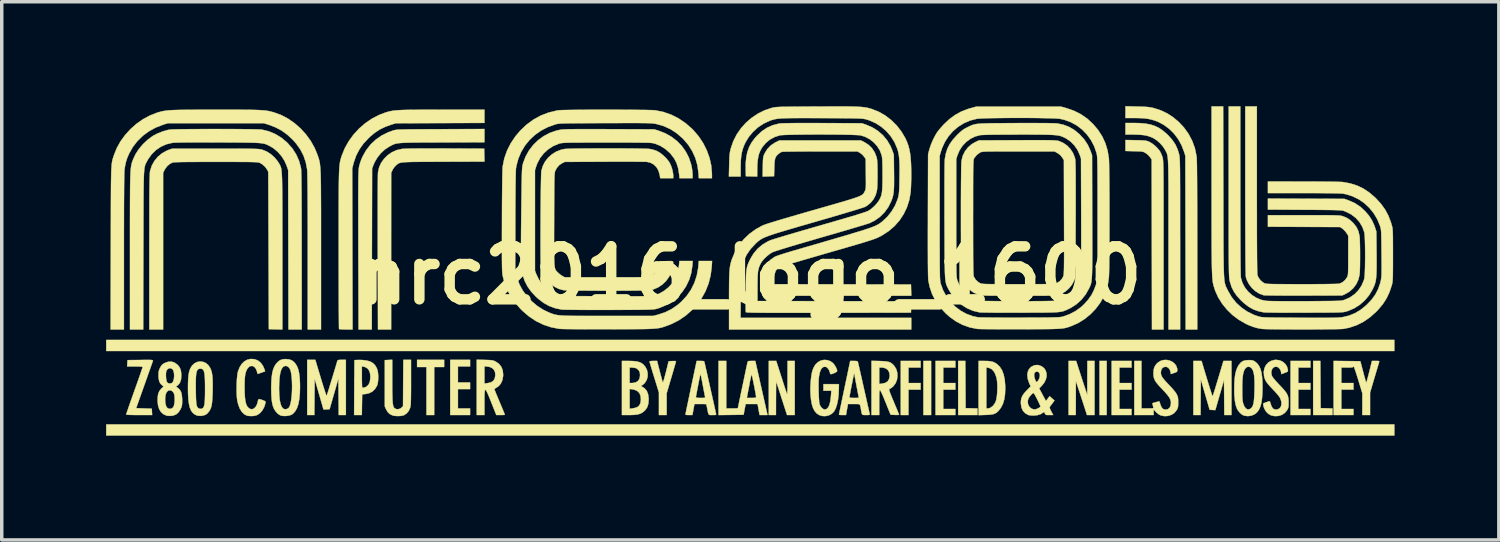
<source format=kicad_pcb>
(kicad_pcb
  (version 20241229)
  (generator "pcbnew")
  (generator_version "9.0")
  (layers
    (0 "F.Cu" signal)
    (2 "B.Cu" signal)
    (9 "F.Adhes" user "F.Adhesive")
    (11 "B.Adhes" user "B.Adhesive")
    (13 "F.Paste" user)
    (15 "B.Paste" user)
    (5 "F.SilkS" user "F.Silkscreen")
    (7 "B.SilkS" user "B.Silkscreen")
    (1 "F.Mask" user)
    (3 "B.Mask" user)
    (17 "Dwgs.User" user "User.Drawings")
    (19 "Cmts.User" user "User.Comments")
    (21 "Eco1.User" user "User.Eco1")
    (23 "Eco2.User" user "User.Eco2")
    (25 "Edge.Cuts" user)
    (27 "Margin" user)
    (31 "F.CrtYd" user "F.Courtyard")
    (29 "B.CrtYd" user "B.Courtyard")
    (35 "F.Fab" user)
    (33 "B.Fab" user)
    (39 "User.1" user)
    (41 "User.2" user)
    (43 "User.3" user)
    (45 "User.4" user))
  (footprint "nrc2016_logo_1600"
    (layer "F.Cu")
    (at 18.515 4.867)
    (property "Reference" "nrc2016_logo_1600" (at 0 0 0) (layer "F.SilkS") (effects (font (size 1.524 1.524) (thickness 0.3))))
    (attr through_hole)
    (fp_poly (pts (xy 5.207 4.016) (xy 4.985 4.016) (xy 4.985 2.461) (xy 5.207 2.461) (xy 5.207 4.016)) (stroke (width 0.01) (type solid)) (fill yes) (layer "F.SilkS"))
    (fp_poly (pts (xy 10.255 4.016) (xy 10.049 4.016) (xy 10.049 2.461) (xy 10.255 2.461) (xy 10.255 4.016)) (stroke (width 0.01) (type solid)) (fill yes) (layer "F.SilkS"))
    (fp_poly (pts (xy 18.526 2.175) (xy -18.51 2.175) (xy -18.51 1.857) (xy 18.526 1.857) (xy 18.526 2.175)) (stroke (width 0.01) (type solid)) (fill yes) (layer "F.SilkS"))
    (fp_poly (pts (xy 18.526 4.604) (xy -18.51 4.604) (xy -18.51 4.286) (xy 18.526 4.286) (xy 18.526 4.604)) (stroke (width 0.01) (type solid)) (fill yes) (layer "F.SilkS"))
    (fp_poly (pts (xy 6.199 3.818) (xy 6.37 3.822) (xy 6.54 3.827) (xy 6.54 4.016) (xy 5.985 4.016) (xy 5.985 2.461) (xy 6.191 2.461) (xy 6.199 3.818)) (stroke (width 0.01) (type solid)) (fill yes) (layer "F.SilkS"))
    (fp_poly (pts (xy 16.407 3.818) (xy 16.577 3.822) (xy 16.748 3.827) (xy 16.748 4.016) (xy 16.192 4.016) (xy 16.192 2.461) (xy 16.399 2.461) (xy 16.407 3.818)) (stroke (width 0.01) (type solid)) (fill yes) (layer "F.SilkS"))
    (fp_poly (pts (xy -8.795 2.635) (xy -9.081 2.635) (xy -9.081 4.016) (xy -9.303 4.016) (xy -9.303 2.635) (xy -9.573 2.635) (xy -9.573 2.429) (xy -8.795 2.429) (xy -8.795 2.635)) (stroke (width 0.01) (type solid)) (fill yes) (layer "F.SilkS"))
    (fp_poly (pts (xy 4.905 2.651) (xy 4.556 2.651) (xy 4.556 3.096) (xy 4.905 3.096) (xy 4.905 3.286) (xy 4.556 3.286) (xy 4.556 4.016) (xy 4.334 4.016) (xy 4.334 2.461) (xy 4.905 2.461) (xy 4.905 2.651)) (stroke (width 0.01) (type solid)) (fill yes) (layer "F.SilkS"))
    (fp_poly (pts (xy -8.049 2.619) (xy -8.398 2.619) (xy -8.398 3.08) (xy -8.049 3.08) (xy -8.049 3.27) (xy -8.398 3.27) (xy -8.398 3.826) (xy -8.049 3.826) (xy -8.049 4.016) (xy -8.62 4.016) (xy -8.62 2.429) (xy -8.049 2.429) (xy -8.049 2.619)) (stroke (width 0.01) (type solid)) (fill yes) (layer "F.SilkS"))
    (fp_poly (pts (xy 5.905 2.651) (xy 5.556 2.651) (xy 5.556 3.096) (xy 5.905 3.096) (xy 5.905 3.286) (xy 5.556 3.286) (xy 5.556 3.842) (xy 5.905 3.842) (xy 5.905 4.016) (xy 5.334 4.016) (xy 5.334 2.461) (xy 5.905 2.461) (xy 5.905 2.651)) (stroke (width 0.01) (type solid)) (fill yes) (layer "F.SilkS"))
    (fp_poly (pts (xy 10.97 2.651) (xy 10.62 2.651) (xy 10.62 3.096) (xy 10.97 3.096) (xy 10.97 3.286) (xy 10.62 3.286) (xy 10.62 3.842) (xy 10.97 3.842) (xy 10.97 4.016) (xy 10.398 4.016) (xy 10.398 2.461) (xy 10.97 2.461) (xy 10.97 2.651)) (stroke (width 0.01) (type solid)) (fill yes) (layer "F.SilkS"))
    (fp_poly (pts (xy 16.113 2.651) (xy 15.764 2.651) (xy 15.764 3.096) (xy 16.113 3.096) (xy 16.113 3.286) (xy 15.764 3.286) (xy 15.764 3.842) (xy 16.113 3.842) (xy 16.113 4.016) (xy 15.542 4.016) (xy 15.542 2.461) (xy 16.113 2.461) (xy 16.113 2.651)) (stroke (width 0.01) (type solid)) (fill yes) (layer "F.SilkS"))
    (fp_poly (pts (xy 9.463 2.727) (xy 9.498 2.836) (xy 9.537 2.956) (xy 9.576 3.074) (xy 9.611 3.179) (xy 9.623 3.215) (xy 9.697 3.437) (xy 9.698 2.949) (xy 9.7 2.461) (xy 9.906 2.461) (xy 9.906 4.016) (xy 9.689 4.016) (xy 9.611 3.774) (xy 9.576 3.665) (xy 9.535 3.541) (xy 9.494 3.415) (xy 9.456 3.301) (xy 9.451 3.286) (xy 9.369 3.04) (xy 9.368 3.528) (xy 9.366 4.016) (xy 9.16 4.016) (xy 9.16 2.461) (xy 9.377 2.461) (xy 9.463 2.727)) (stroke (width 0.01) (type solid)) (fill yes) (layer "F.SilkS"))
    (fp_poly (pts (xy 1.286 4.016) (xy 1.065 4.016) (xy 0.912 3.544) (xy 0.875 3.427) (xy 0.84 3.32) (xy 0.81 3.226) (xy 0.785 3.149) (xy 0.766 3.093) (xy 0.756 3.061) (xy 0.754 3.056) (xy 0.753 3.067) (xy 0.751 3.106) (xy 0.75 3.17) (xy 0.749 3.255) (xy 0.748 3.356) (xy 0.748 3.471) (xy 0.747 3.528) (xy 0.746 4.016) (xy 0.54 4.016) (xy 0.54 2.461) (xy 0.647 2.461) (xy 0.754 2.461) (xy 0.904 2.929) (xy 0.942 3.046) (xy 0.976 3.153) (xy 1.007 3.247) (xy 1.033 3.324) (xy 1.053 3.381) (xy 1.064 3.412) (xy 1.066 3.417) (xy 1.07 3.407) (xy 1.072 3.369) (xy 1.075 3.306) (xy 1.077 3.222) (xy 1.078 3.121) (xy 1.079 3.007) (xy 1.079 2.949) (xy 1.079 2.461) (xy 1.286 2.461) (xy 1.286 4.016)) (stroke (width 0.01) (type solid)) (fill yes) (layer "F.SilkS"))
    (fp_poly (pts (xy -12.342 2.952) (xy -12.305 3.074) (xy -12.27 3.186) (xy -12.239 3.283) (xy -12.213 3.363) (xy -12.192 3.422) (xy -12.179 3.456) (xy -12.174 3.464) (xy -12.167 3.447) (xy -12.153 3.404) (xy -12.132 3.338) (xy -12.105 3.254) (xy -12.075 3.154) (xy -12.041 3.044) (xy -12.005 2.927) (xy -11.969 2.807) (xy -11.933 2.688) (xy -11.899 2.574) (xy -11.868 2.469) (xy -11.865 2.457) (xy -11.855 2.442) (xy -11.834 2.434) (xy -11.793 2.43) (xy -11.738 2.429) (xy -11.62 2.429) (xy -11.62 4.016) (xy -11.826 4.016) (xy -11.831 3.493) (xy -11.835 2.969) (xy -11.962 3.409) (xy -12.089 3.85) (xy -12.176 3.854) (xy -12.263 3.859) (xy -12.39 3.418) (xy -12.517 2.977) (xy -12.522 3.496) (xy -12.526 4.016) (xy -12.732 4.016) (xy -12.732 2.429) (xy -12.499 2.429) (xy -12.342 2.952)) (stroke (width 0.01) (type solid)) (fill yes) (layer "F.SilkS"))
    (fp_poly (pts (xy 13.006 2.536) (xy 13.067 2.743) (xy 13.123 2.926) (xy 13.171 3.085) (xy 13.213 3.218) (xy 13.247 3.325) (xy 13.273 3.404) (xy 13.291 3.455) (xy 13.301 3.476) (xy 13.303 3.477) (xy 13.31 3.458) (xy 13.324 3.413) (xy 13.346 3.345) (xy 13.373 3.258) (xy 13.404 3.155) (xy 13.439 3.039) (xy 13.463 2.961) (xy 13.613 2.461) (xy 13.728 2.461) (xy 13.843 2.461) (xy 13.843 4.016) (xy 13.637 4.016) (xy 13.633 3.513) (xy 13.629 3.01) (xy 13.56 3.247) (xy 13.53 3.351) (xy 13.497 3.464) (xy 13.465 3.574) (xy 13.438 3.668) (xy 13.435 3.68) (xy 13.378 3.875) (xy 13.297 3.87) (xy 13.216 3.866) (xy 13.089 3.429) (xy 12.962 2.992) (xy 12.958 3.504) (xy 12.954 4.016) (xy 12.748 4.016) (xy 12.748 2.461) (xy 12.983 2.461) (xy 13.006 2.536)) (stroke (width 0.01) (type solid)) (fill yes) (layer "F.SilkS"))
    (fp_poly (pts (xy -2.596 2.758) (xy -2.571 2.852) (xy -2.549 2.936) (xy -2.53 3.005) (xy -2.516 3.054) (xy -2.508 3.077) (xy -2.508 3.078) (xy -2.501 3.07) (xy -2.488 3.035) (xy -2.47 2.977) (xy -2.449 2.901) (xy -2.425 2.811) (xy -2.418 2.784) (xy -2.34 2.469) (xy -2.234 2.464) (xy -2.18 2.463) (xy -2.142 2.465) (xy -2.127 2.469) (xy -2.127 2.47) (xy -2.132 2.487) (xy -2.144 2.531) (xy -2.163 2.597) (xy -2.188 2.683) (xy -2.217 2.783) (xy -2.25 2.895) (xy -2.262 2.936) (xy -2.397 3.392) (xy -2.397 4.016) (xy -2.619 4.016) (xy -2.619 3.369) (xy -2.754 2.931) (xy -2.789 2.819) (xy -2.82 2.716) (xy -2.847 2.626) (xy -2.868 2.554) (xy -2.883 2.504) (xy -2.889 2.479) (xy -2.889 2.477) (xy -2.874 2.468) (xy -2.833 2.462) (xy -2.781 2.461) (xy -2.672 2.461) (xy -2.596 2.758)) (stroke (width 0.01) (type solid)) (fill yes) (layer "F.SilkS"))
    (fp_poly (pts (xy -10.287 3.031) (xy -10.287 3.206) (xy -10.286 3.352) (xy -10.283 3.472) (xy -10.28 3.568) (xy -10.275 3.645) (xy -10.269 3.704) (xy -10.26 3.748) (xy -10.249 3.78) (xy -10.236 3.804) (xy -10.221 3.82) (xy -10.171 3.846) (xy -10.111 3.848) (xy -10.053 3.829) (xy -10.021 3.805) (xy -9.977 3.762) (xy -9.973 3.095) (xy -9.968 2.429) (xy -9.747 2.429) (xy -9.747 3.077) (xy -9.747 3.243) (xy -9.748 3.38) (xy -9.749 3.492) (xy -9.751 3.582) (xy -9.753 3.653) (xy -9.756 3.708) (xy -9.761 3.75) (xy -9.766 3.782) (xy -9.772 3.809) (xy -9.773 3.811) (xy -9.811 3.895) (xy -9.868 3.965) (xy -9.938 4.015) (xy -9.978 4.03) (xy -10.053 4.043) (xy -10.142 4.046) (xy -10.227 4.039) (xy -10.271 4.029) (xy -10.351 3.994) (xy -10.413 3.937) (xy -10.46 3.859) (xy -10.501 3.77) (xy -10.501 2.437) (xy -10.394 2.432) (xy -10.287 2.427) (xy -10.287 3.031)) (stroke (width 0.01) (type solid)) (fill yes) (layer "F.SilkS"))
    (fp_poly (pts (xy -11.159 2.433) (xy -11.054 2.445) (xy -10.961 2.465) (xy -10.892 2.492) (xy -10.825 2.536) (xy -10.773 2.595) (xy -10.728 2.675) (xy -10.706 2.745) (xy -10.693 2.835) (xy -10.689 2.935) (xy -10.694 3.033) (xy -10.707 3.119) (xy -10.725 3.175) (xy -10.786 3.273) (xy -10.865 3.346) (xy -10.963 3.393) (xy -11.057 3.412) (xy -11.152 3.421) (xy -11.157 3.719) (xy -11.161 4.016) (xy -11.383 4.016) (xy -11.379 3.227) (xy -11.377 2.916) (xy -11.16 2.916) (xy -11.16 3.011) (xy -11.158 3.095) (xy -11.156 3.162) (xy -11.153 3.208) (xy -11.15 3.227) (xy -11.15 3.228) (xy -11.125 3.233) (xy -11.085 3.224) (xy -11.04 3.206) (xy -11.017 3.192) (xy -10.965 3.137) (xy -10.931 3.058) (xy -10.917 2.953) (xy -10.916 2.92) (xy -10.926 2.812) (xy -10.958 2.728) (xy -11.009 2.668) (xy -11.082 2.632) (xy -11.109 2.626) (xy -11.16 2.615) (xy -11.16 2.916) (xy -11.377 2.916) (xy -11.374 2.437) (xy -11.263 2.432) (xy -11.159 2.433)) (stroke (width 0.01) (type solid)) (fill yes) (layer "F.SilkS"))
    (fp_poly (pts (xy 6.84 2.463) (xy 6.925 2.473) (xy 6.994 2.49) (xy 7.053 2.519) (xy 7.104 2.553) (xy 7.185 2.632) (xy 7.248 2.732) (xy 7.294 2.856) (xy 7.324 3.004) (xy 7.338 3.178) (xy 7.339 3.246) (xy 7.332 3.419) (xy 7.31 3.567) (xy 7.272 3.694) (xy 7.216 3.803) (xy 7.157 3.882) (xy 7.11 3.93) (xy 7.062 3.964) (xy 7.005 3.988) (xy 6.935 4.002) (xy 6.843 4.011) (xy 6.775 4.013) (xy 6.572 4.02) (xy 6.572 3.826) (xy 6.795 3.826) (xy 6.835 3.826) (xy 6.882 3.819) (xy 6.911 3.808) (xy 6.985 3.753) (xy 7.044 3.671) (xy 7.067 3.621) (xy 7.085 3.555) (xy 7.099 3.466) (xy 7.108 3.362) (xy 7.112 3.252) (xy 7.111 3.143) (xy 7.104 3.045) (xy 7.092 2.964) (xy 7.089 2.952) (xy 7.051 2.836) (xy 7.001 2.75) (xy 6.94 2.691) (xy 6.866 2.659) (xy 6.849 2.656) (xy 6.795 2.647) (xy 6.795 3.826) (xy 6.572 3.826) (xy 6.572 2.461) (xy 6.732 2.461) (xy 6.84 2.463)) (stroke (width 0.01) (type solid)) (fill yes) (layer "F.SilkS"))
    (fp_poly (pts (xy 11.132 -4.854) (xy 11.251 -4.851) (xy 11.344 -4.847) (xy 11.418 -4.842) (xy 11.479 -4.835) (xy 11.534 -4.826) (xy 11.587 -4.815) (xy 11.621 -4.806) (xy 11.819 -4.741) (xy 11.999 -4.655) (xy 12.168 -4.544) (xy 12.317 -4.42) (xy 12.477 -4.251) (xy 12.609 -4.067) (xy 12.714 -3.868) (xy 12.791 -3.657) (xy 12.837 -3.434) (xy 12.841 -3.405) (xy 12.844 -3.369) (xy 12.846 -3.307) (xy 12.849 -3.219) (xy 12.851 -3.103) (xy 12.852 -2.96) (xy 12.854 -2.788) (xy 12.855 -2.589) (xy 12.856 -2.36) (xy 12.857 -2.102) (xy 12.858 -1.814) (xy 12.858 -1.496) (xy 12.859 -1.146) (xy 12.859 -0.853) (xy 12.859 1.556) (xy 12.526 1.556) (xy 12.517 -3.437) (xy 12.481 -3.553) (xy 12.407 -3.743) (xy 12.309 -3.919) (xy 12.19 -4.077) (xy 12.051 -4.214) (xy 11.896 -4.328) (xy 11.728 -4.417) (xy 11.638 -4.45) (xy 11.549 -4.477) (xy 11.461 -4.497) (xy 11.368 -4.511) (xy 11.263 -4.519) (xy 11.138 -4.523) (xy 11.045 -4.524) (xy 10.795 -4.524) (xy 10.795 -4.862) (xy 11.132 -4.854)) (stroke (width 0.01) (type solid)) (fill yes) (layer "F.SilkS"))
    (fp_poly (pts (xy -17.256 2.431) (xy -17.212 2.433) (xy -17.185 2.437) (xy -17.171 2.442) (xy -17.166 2.449) (xy -17.168 2.456) (xy -17.175 2.477) (xy -17.191 2.524) (xy -17.216 2.595) (xy -17.248 2.686) (xy -17.287 2.794) (xy -17.33 2.917) (xy -17.377 3.05) (xy -17.413 3.151) (xy -17.65 3.818) (xy -17.425 3.826) (xy -17.201 3.834) (xy -17.196 3.925) (xy -17.191 4.016) (xy -17.565 4.016) (xy -17.67 4.016) (xy -17.764 4.014) (xy -17.842 4.012) (xy -17.899 4.009) (xy -17.932 4.005) (xy -17.939 4.002) (xy -17.934 3.985) (xy -17.919 3.941) (xy -17.895 3.873) (xy -17.865 3.784) (xy -17.828 3.678) (xy -17.785 3.557) (xy -17.738 3.425) (xy -17.701 3.319) (xy -17.651 3.18) (xy -17.605 3.05) (xy -17.564 2.933) (xy -17.528 2.83) (xy -17.499 2.746) (xy -17.478 2.683) (xy -17.465 2.645) (xy -17.462 2.634) (xy -17.478 2.629) (xy -17.52 2.624) (xy -17.585 2.621) (xy -17.668 2.619) (xy -17.686 2.619) (xy -17.909 2.619) (xy -17.904 2.528) (xy -17.899 2.437) (xy -17.529 2.433) (xy -17.411 2.431) (xy -17.322 2.431) (xy -17.256 2.431)) (stroke (width 0.01) (type solid)) (fill yes) (layer "F.SilkS"))
    (fp_poly (pts (xy 11.093 -3.886) (xy 11.198 -3.884) (xy 11.277 -3.881) (xy 11.336 -3.877) (xy 11.381 -3.872) (xy 11.416 -3.864) (xy 11.447 -3.853) (xy 11.481 -3.838) (xy 11.482 -3.838) (xy 11.562 -3.791) (xy 11.646 -3.725) (xy 11.722 -3.65) (xy 11.782 -3.574) (xy 11.791 -3.56) (xy 11.818 -3.505) (xy 11.846 -3.438) (xy 11.86 -3.395) (xy 11.864 -3.381) (xy 11.868 -3.366) (xy 11.871 -3.348) (xy 11.874 -3.324) (xy 11.877 -3.295) (xy 11.879 -3.257) (xy 11.881 -3.211) (xy 11.883 -3.153) (xy 11.885 -3.083) (xy 11.886 -3) (xy 11.887 -2.9) (xy 11.888 -2.784) (xy 11.889 -2.649) (xy 11.889 -2.494) (xy 11.89 -2.317) (xy 11.89 -2.117) (xy 11.89 -1.892) (xy 11.89 -1.641) (xy 11.89 -1.363) (xy 11.89 -1.055) (xy 11.89 -0.872) (xy 11.89 1.556) (xy 11.557 1.556) (xy 11.549 -3.331) (xy 11.501 -3.399) (xy 11.458 -3.449) (xy 11.403 -3.497) (xy 11.376 -3.515) (xy 11.346 -3.533) (xy 11.319 -3.546) (xy 11.289 -3.555) (xy 11.25 -3.561) (xy 11.196 -3.565) (xy 11.121 -3.567) (xy 11.047 -3.569) (xy 10.795 -3.576) (xy 10.795 -3.892) (xy 11.093 -3.886)) (stroke (width 0.01) (type solid)) (fill yes) (layer "F.SilkS"))
    (fp_poly (pts (xy 17.549 2.469) (xy 17.629 2.773) (xy 17.653 2.867) (xy 17.676 2.949) (xy 17.695 3.017) (xy 17.709 3.063) (xy 17.717 3.085) (xy 17.717 3.086) (xy 17.723 3.074) (xy 17.736 3.035) (xy 17.753 2.975) (xy 17.774 2.896) (xy 17.797 2.805) (xy 17.804 2.778) (xy 17.882 2.461) (xy 17.991 2.461) (xy 18.048 2.461) (xy 18.079 2.464) (xy 18.092 2.472) (xy 18.091 2.488) (xy 18.088 2.496) (xy 18.081 2.521) (xy 18.066 2.571) (xy 18.044 2.643) (xy 18.017 2.733) (xy 17.987 2.835) (xy 17.954 2.947) (xy 17.952 2.952) (xy 17.828 3.372) (xy 17.828 4.016) (xy 17.605 4.016) (xy 17.606 3.703) (xy 17.606 3.389) (xy 17.483 2.988) (xy 17.443 2.86) (xy 17.411 2.76) (xy 17.386 2.688) (xy 17.368 2.641) (xy 17.356 2.619) (xy 17.349 2.618) (xy 17.348 2.619) (xy 17.341 2.633) (xy 17.326 2.643) (xy 17.298 2.648) (xy 17.252 2.65) (xy 17.18 2.651) (xy 17.169 2.651) (xy 17.002 2.651) (xy 17.002 3.096) (xy 17.351 3.096) (xy 17.351 3.286) (xy 17.002 3.286) (xy 17.002 3.842) (xy 17.351 3.842) (xy 17.351 4.016) (xy 16.78 4.016) (xy 16.78 2.46) (xy 17.549 2.469)) (stroke (width 0.01) (type solid)) (fill yes) (layer "F.SilkS"))
    (fp_poly (pts (xy -8.855 -3.648) (xy -8.763 -3.648) (xy -7.644 -3.643) (xy -7.639 -3.457) (xy -7.635 -3.271) (xy -8.822 -3.267) (xy -9.05 -3.266) (xy -9.247 -3.265) (xy -9.418 -3.264) (xy -9.564 -3.263) (xy -9.687 -3.262) (xy -9.789 -3.259) (xy -9.873 -3.256) (xy -9.941 -3.252) (xy -9.996 -3.247) (xy -10.038 -3.24) (xy -10.072 -3.232) (xy -10.098 -3.222) (xy -10.12 -3.21) (xy -10.139 -3.197) (xy -10.158 -3.18) (xy -10.178 -3.162) (xy -10.184 -3.157) (xy -10.227 -3.11) (xy -10.268 -3.051) (xy -10.281 -3.024) (xy -10.318 -2.945) (xy -10.319 -0.695) (xy -10.319 1.556) (xy -10.697 1.556) (xy -10.703 -0.647) (xy -10.704 -0.911) (xy -10.704 -1.167) (xy -10.704 -1.415) (xy -10.704 -1.65) (xy -10.704 -1.873) (xy -10.704 -2.08) (xy -10.703 -2.271) (xy -10.703 -2.442) (xy -10.702 -2.593) (xy -10.701 -2.72) (xy -10.7 -2.823) (xy -10.699 -2.899) (xy -10.697 -2.946) (xy -10.696 -2.961) (xy -10.665 -3.102) (xy -10.606 -3.234) (xy -10.522 -3.353) (xy -10.418 -3.456) (xy -10.296 -3.54) (xy -10.16 -3.601) (xy -10.013 -3.635) (xy -10.009 -3.636) (xy -9.964 -3.639) (xy -9.889 -3.642) (xy -9.784 -3.645) (xy -9.651 -3.647) (xy -9.49 -3.648) (xy -9.303 -3.649) (xy -9.091 -3.649) (xy -8.855 -3.648)) (stroke (width 0.01) (type solid)) (fill yes) (layer "F.SilkS"))
    (fp_poly (pts (xy -7.624 2.431) (xy -7.532 2.434) (xy -7.465 2.437) (xy -7.417 2.442) (xy -7.38 2.45) (xy -7.349 2.462) (xy -7.316 2.478) (xy -7.304 2.485) (xy -7.213 2.55) (xy -7.149 2.633) (xy -7.11 2.733) (xy -7.098 2.852) (xy -7.1 2.901) (xy -7.121 3.016) (xy -7.166 3.114) (xy -7.233 3.191) (xy -7.314 3.243) (xy -7.341 3.26) (xy -7.35 3.274) (xy -7.344 3.291) (xy -7.327 3.334) (xy -7.302 3.398) (xy -7.268 3.479) (xy -7.23 3.572) (xy -7.199 3.644) (xy -7.157 3.743) (xy -7.12 3.832) (xy -7.089 3.907) (xy -7.066 3.964) (xy -7.052 3.999) (xy -7.048 4.008) (xy -7.063 4.012) (xy -7.102 4.015) (xy -7.157 4.016) (xy -7.172 4.016) (xy -7.295 4.016) (xy -7.438 3.655) (xy -7.491 3.523) (xy -7.534 3.42) (xy -7.567 3.348) (xy -7.592 3.304) (xy -7.61 3.29) (xy -7.622 3.305) (xy -7.63 3.35) (xy -7.634 3.425) (xy -7.636 3.528) (xy -7.636 3.65) (xy -7.636 4.016) (xy -7.858 4.016) (xy -7.858 3.111) (xy -7.636 3.111) (xy -7.56 3.101) (xy -7.502 3.09) (xy -7.448 3.074) (xy -7.434 3.068) (xy -7.378 3.029) (xy -7.342 2.971) (xy -7.325 2.889) (xy -7.324 2.884) (xy -7.329 2.793) (xy -7.359 2.72) (xy -7.415 2.665) (xy -7.493 2.632) (xy -7.548 2.623) (xy -7.636 2.615) (xy -7.636 3.111) (xy -7.858 3.111) (xy -7.858 2.425) (xy -7.624 2.431)) (stroke (width 0.01) (type solid)) (fill yes) (layer "F.SilkS"))
    (fp_poly (pts (xy 3.727 2.463) (xy 3.838 2.468) (xy 3.924 2.476) (xy 3.991 2.49) (xy 4.043 2.511) (xy 4.088 2.542) (xy 4.132 2.585) (xy 4.147 2.603) (xy 4.202 2.69) (xy 4.233 2.791) (xy 4.24 2.897) (xy 4.225 3.003) (xy 4.186 3.101) (xy 4.125 3.184) (xy 4.106 3.203) (xy 4.069 3.233) (xy 4.043 3.252) (xy 4.036 3.255) (xy 4.017 3.257) (xy 4.006 3.266) (xy 4.002 3.283) (xy 4.007 3.314) (xy 4.021 3.36) (xy 4.045 3.425) (xy 4.081 3.513) (xy 4.129 3.626) (xy 4.134 3.639) (xy 4.176 3.739) (xy 4.214 3.829) (xy 4.245 3.904) (xy 4.269 3.962) (xy 4.283 3.998) (xy 4.286 4.008) (xy 4.272 4.012) (xy 4.233 4.014) (xy 4.178 4.014) (xy 4.164 4.013) (xy 4.042 4.008) (xy 3.9 3.655) (xy 3.851 3.535) (xy 3.81 3.437) (xy 3.776 3.365) (xy 3.752 3.319) (xy 3.738 3.302) (xy 3.737 3.302) (xy 3.73 3.307) (xy 3.724 3.324) (xy 3.72 3.356) (xy 3.717 3.407) (xy 3.716 3.481) (xy 3.715 3.581) (xy 3.715 3.659) (xy 3.715 4.016) (xy 3.493 4.016) (xy 3.493 2.651) (xy 3.715 2.651) (xy 3.715 3.124) (xy 3.782 3.116) (xy 3.839 3.105) (xy 3.893 3.09) (xy 3.901 3.087) (xy 3.958 3.047) (xy 3.997 2.985) (xy 4.015 2.905) (xy 4.016 2.881) (xy 4.003 2.793) (xy 3.966 2.724) (xy 3.906 2.677) (xy 3.827 2.653) (xy 3.787 2.651) (xy 3.715 2.651) (xy 3.493 2.651) (xy 3.493 2.458) (xy 3.727 2.463)) (stroke (width 0.01) (type solid)) (fill yes) (layer "F.SilkS"))
    (fp_poly (pts (xy -14.247 2.411) (xy -14.24 2.413) (xy -14.145 2.451) (xy -14.066 2.515) (xy -14.002 2.606) (xy -13.962 2.699) (xy -13.941 2.759) (xy -14.049 2.798) (xy -14.158 2.836) (xy -14.175 2.769) (xy -14.206 2.69) (xy -14.248 2.636) (xy -14.299 2.607) (xy -14.353 2.606) (xy -14.406 2.631) (xy -14.453 2.686) (xy -14.467 2.71) (xy -14.49 2.763) (xy -14.508 2.824) (xy -14.52 2.896) (xy -14.528 2.985) (xy -14.532 3.096) (xy -14.533 3.231) (xy -14.53 3.388) (xy -14.522 3.517) (xy -14.508 3.62) (xy -14.488 3.701) (xy -14.46 3.762) (xy -14.423 3.807) (xy -14.378 3.838) (xy -14.375 3.84) (xy -14.322 3.85) (xy -14.27 3.833) (xy -14.222 3.791) (xy -14.183 3.728) (xy -14.156 3.648) (xy -14.151 3.621) (xy -14.143 3.583) (xy -14.129 3.563) (xy -14.104 3.559) (xy -14.061 3.571) (xy -14.011 3.589) (xy -13.962 3.608) (xy -13.937 3.623) (xy -13.929 3.641) (xy -13.932 3.669) (xy -13.933 3.672) (xy -13.964 3.777) (xy -14.014 3.871) (xy -14.078 3.95) (xy -14.153 4.007) (xy -14.206 4.03) (xy -14.278 4.043) (xy -14.361 4.046) (xy -14.439 4.039) (xy -14.467 4.032) (xy -14.545 3.992) (xy -14.613 3.924) (xy -14.671 3.83) (xy -14.716 3.712) (xy -14.742 3.604) (xy -14.752 3.526) (xy -14.759 3.427) (xy -14.762 3.314) (xy -14.761 3.194) (xy -14.758 3.075) (xy -14.751 2.962) (xy -14.741 2.865) (xy -14.729 2.789) (xy -14.724 2.77) (xy -14.678 2.648) (xy -14.616 2.548) (xy -14.539 2.473) (xy -14.45 2.424) (xy -14.352 2.403) (xy -14.247 2.411)) (stroke (width 0.01) (type solid)) (fill yes) (layer "F.SilkS"))
    (fp_poly (pts (xy -3.362 2.464) (xy -3.262 2.475) (xy -3.182 2.495) (xy -3.118 2.524) (xy -3.071 2.559) (xy -3.005 2.635) (xy -2.962 2.725) (xy -2.942 2.822) (xy -2.945 2.92) (xy -2.972 3.012) (xy -3.023 3.092) (xy -3.048 3.117) (xy -3.087 3.15) (xy -3.119 3.171) (xy -3.131 3.176) (xy -3.133 3.182) (xy -3.111 3.197) (xy -3.104 3.201) (xy -3.023 3.256) (xy -2.966 3.327) (xy -2.931 3.416) (xy -2.915 3.527) (xy -2.914 3.581) (xy -2.924 3.694) (xy -2.953 3.787) (xy -3.004 3.865) (xy -3.053 3.914) (xy -3.107 3.953) (xy -3.167 3.982) (xy -3.238 4.001) (xy -3.327 4.012) (xy -3.44 4.016) (xy -3.48 4.016) (xy -3.683 4.016) (xy -3.683 3.836) (xy -3.461 3.836) (xy -3.376 3.825) (xy -3.316 3.813) (xy -3.262 3.796) (xy -3.241 3.788) (xy -3.186 3.743) (xy -3.152 3.675) (xy -3.138 3.584) (xy -3.138 3.563) (xy -3.148 3.462) (xy -3.182 3.384) (xy -3.239 3.327) (xy -3.32 3.29) (xy -3.386 3.276) (xy -3.461 3.266) (xy -3.461 3.836) (xy -3.683 3.836) (xy -3.683 3.096) (xy -3.461 3.096) (xy -3.397 3.096) (xy -3.339 3.09) (xy -3.283 3.075) (xy -3.278 3.073) (xy -3.215 3.031) (xy -3.177 2.969) (xy -3.163 2.887) (xy -3.163 2.853) (xy -3.17 2.795) (xy -3.184 2.755) (xy -3.21 2.721) (xy -3.219 2.711) (xy -3.253 2.681) (xy -3.29 2.665) (xy -3.34 2.656) (xy -3.365 2.654) (xy -3.461 2.647) (xy -3.461 3.096) (xy -3.683 3.096) (xy -3.683 2.461) (xy -3.487 2.461) (xy -3.362 2.464)) (stroke (width 0.01) (type solid)) (fill yes) (layer "F.SilkS"))
    (fp_poly (pts (xy 11.037 -4.381) (xy 11.224 -4.377) (xy 11.385 -4.361) (xy 11.526 -4.333) (xy 11.651 -4.291) (xy 11.767 -4.233) (xy 11.877 -4.157) (xy 11.988 -4.061) (xy 12.026 -4.024) (xy 12.141 -3.896) (xy 12.229 -3.766) (xy 12.293 -3.627) (xy 12.335 -3.491) (xy 12.339 -3.472) (xy 12.343 -3.453) (xy 12.346 -3.433) (xy 12.349 -3.408) (xy 12.352 -3.378) (xy 12.354 -3.342) (xy 12.357 -3.297) (xy 12.359 -3.242) (xy 12.36 -3.176) (xy 12.362 -3.097) (xy 12.363 -3.004) (xy 12.364 -2.894) (xy 12.364 -2.767) (xy 12.365 -2.62) (xy 12.366 -2.453) (xy 12.366 -2.263) (xy 12.366 -2.05) (xy 12.366 -1.811) (xy 12.366 -1.545) (xy 12.366 -1.251) (xy 12.367 -0.927) (xy 12.367 -0.901) (xy 12.367 1.556) (xy 12.033 1.556) (xy 12.033 -0.894) (xy 12.033 -1.225) (xy 12.033 -1.526) (xy 12.033 -1.798) (xy 12.033 -2.044) (xy 12.033 -2.263) (xy 12.033 -2.459) (xy 12.032 -2.632) (xy 12.031 -2.784) (xy 12.029 -2.917) (xy 12.028 -3.032) (xy 12.025 -3.13) (xy 12.022 -3.214) (xy 12.019 -3.284) (xy 12.015 -3.343) (xy 12.01 -3.392) (xy 12.004 -3.432) (xy 11.998 -3.465) (xy 11.99 -3.492) (xy 11.982 -3.516) (xy 11.973 -3.537) (xy 11.962 -3.557) (xy 11.951 -3.578) (xy 11.938 -3.601) (xy 11.933 -3.612) (xy 11.87 -3.708) (xy 11.787 -3.802) (xy 11.693 -3.884) (xy 11.597 -3.946) (xy 11.587 -3.951) (xy 11.499 -3.988) (xy 11.407 -4.016) (xy 11.304 -4.034) (xy 11.182 -4.044) (xy 11.037 -4.048) (xy 11.029 -4.048) (xy 10.795 -4.048) (xy 10.795 -4.381) (xy 11.037 -4.381)) (stroke (width 0.01) (type solid)) (fill yes) (layer "F.SilkS"))
    (fp_poly (pts (xy -13.251 2.416) (xy -13.171 2.446) (xy -13.104 2.499) (xy -13.072 2.537) (xy -13.027 2.608) (xy -12.992 2.695) (xy -12.967 2.799) (xy -12.95 2.925) (xy -12.941 3.075) (xy -12.939 3.207) (xy -12.944 3.402) (xy -12.961 3.569) (xy -12.988 3.708) (xy -13.028 3.823) (xy -13.08 3.913) (xy -13.144 3.981) (xy -13.168 3.999) (xy -13.224 4.023) (xy -13.298 4.039) (xy -13.38 4.045) (xy -13.456 4.039) (xy -13.49 4.031) (xy -13.533 4.01) (xy -13.58 3.976) (xy -13.597 3.96) (xy -13.647 3.901) (xy -13.688 3.835) (xy -13.719 3.757) (xy -13.741 3.664) (xy -13.756 3.552) (xy -13.764 3.416) (xy -13.767 3.254) (xy -13.541 3.254) (xy -13.536 3.428) (xy -13.524 3.571) (xy -13.502 3.684) (xy -13.472 3.768) (xy -13.433 3.823) (xy -13.385 3.848) (xy -13.335 3.848) (xy -13.292 3.831) (xy -13.267 3.814) (xy -13.239 3.772) (xy -13.215 3.702) (xy -13.195 3.602) (xy -13.179 3.471) (xy -13.174 3.41) (xy -13.168 3.291) (xy -13.167 3.165) (xy -13.171 3.04) (xy -13.179 2.922) (xy -13.192 2.821) (xy -13.208 2.743) (xy -13.209 2.74) (xy -13.24 2.672) (xy -13.284 2.625) (xy -13.338 2.604) (xy -13.351 2.603) (xy -13.403 2.616) (xy -13.446 2.655) (xy -13.481 2.721) (xy -13.508 2.814) (xy -13.526 2.936) (xy -13.537 3.087) (xy -13.541 3.254) (xy -13.767 3.254) (xy -13.764 3.079) (xy -13.754 2.931) (xy -13.737 2.807) (xy -13.711 2.704) (xy -13.676 2.619) (xy -13.631 2.548) (xy -13.608 2.521) (xy -13.545 2.461) (xy -13.482 2.426) (xy -13.408 2.41) (xy -13.351 2.407) (xy -13.251 2.416)) (stroke (width 0.01) (type solid)) (fill yes) (layer "F.SilkS"))
    (fp_poly (pts (xy -0.683 3.826) (xy -0.516 3.826) (xy -0.448 3.825) (xy -0.393 3.824) (xy -0.358 3.821) (xy -0.349 3.819) (xy -0.346 3.803) (xy -0.337 3.759) (xy -0.323 3.693) (xy -0.306 3.607) (xy -0.288 3.524) (xy -0.092 3.524) (xy 0.042 3.524) (xy 0.108 3.523) (xy 0.148 3.52) (xy 0.168 3.513) (xy 0.175 3.501) (xy 0.175 3.499) (xy 0.172 3.472) (xy 0.164 3.422) (xy 0.152 3.353) (xy 0.137 3.273) (xy 0.12 3.186) (xy 0.103 3.099) (xy 0.086 3.017) (xy 0.071 2.945) (xy 0.059 2.891) (xy 0.051 2.859) (xy 0.048 2.853) (xy 0.042 2.864) (xy 0.031 2.9) (xy 0.018 2.957) (xy 0.002 3.031) (xy -0.005 3.068) (xy -0.022 3.161) (xy -0.04 3.254) (xy -0.056 3.337) (xy -0.068 3.401) (xy -0.069 3.409) (xy -0.092 3.524) (xy -0.288 3.524) (xy -0.284 3.505) (xy -0.261 3.392) (xy -0.235 3.272) (xy -0.209 3.148) (xy -0.183 3.024) (xy -0.158 2.905) (xy -0.135 2.793) (xy -0.114 2.694) (xy -0.096 2.61) (xy -0.082 2.547) (xy -0.074 2.507) (xy -0.071 2.496) (xy -0.064 2.477) (xy -0.048 2.467) (xy -0.017 2.462) (xy 0.038 2.461) (xy 0.045 2.461) (xy 0.152 2.461) (xy 0.235 2.83) (xy 0.264 2.958) (xy 0.297 3.106) (xy 0.333 3.263) (xy 0.368 3.419) (xy 0.401 3.563) (xy 0.411 3.608) (xy 0.503 4.016) (xy 0.275 4.016) (xy 0.217 3.699) (xy -0.125 3.699) (xy -0.142 3.782) (xy -0.155 3.847) (xy -0.167 3.914) (xy -0.171 3.937) (xy -0.183 4.008) (xy -0.544 4.013) (xy -0.905 4.017) (xy -0.905 2.461) (xy -0.683 2.461) (xy -0.683 3.826)) (stroke (width 0.01) (type solid)) (fill yes) (layer "F.SilkS"))
    (fp_poly (pts (xy -7.636 -3.827) (xy -8.862 -3.822) (xy -9.094 -3.821) (xy -9.296 -3.82) (xy -9.471 -3.82) (xy -9.622 -3.818) (xy -9.75 -3.817) (xy -9.858 -3.814) (xy -9.948 -3.811) (xy -10.023 -3.807) (xy -10.085 -3.802) (xy -10.136 -3.795) (xy -10.179 -3.787) (xy -10.216 -3.777) (xy -10.249 -3.764) (xy -10.281 -3.75) (xy -10.313 -3.734) (xy -10.349 -3.714) (xy -10.374 -3.701) (xy -10.498 -3.62) (xy -10.613 -3.514) (xy -10.714 -3.388) (xy -10.795 -3.25) (xy -10.829 -3.171) (xy -10.866 -3.072) (xy -10.871 -0.758) (xy -10.875 1.556) (xy -11.255 1.556) (xy -11.259 0.028) (xy -11.26 -0.337) (xy -11.261 -0.671) (xy -11.262 -0.977) (xy -11.262 -1.254) (xy -11.263 -1.506) (xy -11.263 -1.733) (xy -11.263 -1.936) (xy -11.264 -2.117) (xy -11.263 -2.278) (xy -11.263 -2.42) (xy -11.262 -2.543) (xy -11.262 -2.65) (xy -11.261 -2.742) (xy -11.26 -2.821) (xy -11.258 -2.887) (xy -11.256 -2.942) (xy -11.255 -2.988) (xy -11.252 -3.025) (xy -11.25 -3.056) (xy -11.247 -3.082) (xy -11.244 -3.103) (xy -11.24 -3.122) (xy -11.237 -3.14) (xy -11.234 -3.151) (xy -11.213 -3.226) (xy -11.183 -3.313) (xy -11.148 -3.397) (xy -11.137 -3.421) (xy -11.034 -3.603) (xy -10.907 -3.765) (xy -10.757 -3.906) (xy -10.587 -4.023) (xy -10.397 -4.117) (xy -10.268 -4.162) (xy -10.247 -4.169) (xy -10.226 -4.174) (xy -10.203 -4.179) (xy -10.176 -4.184) (xy -10.143 -4.187) (xy -10.101 -4.19) (xy -10.049 -4.193) (xy -9.984 -4.195) (xy -9.903 -4.196) (xy -9.805 -4.198) (xy -9.688 -4.199) (xy -9.548 -4.2) (xy -9.384 -4.201) (xy -9.194 -4.202) (xy -8.974 -4.203) (xy -8.894 -4.203) (xy -7.636 -4.208) (xy -7.636 -3.827)) (stroke (width 0.01) (type solid)) (fill yes) (layer "F.SilkS"))
    (fp_poly (pts (xy 2.224 2.437) (xy 2.315 2.471) (xy 2.38 2.517) (xy 2.419 2.561) (xy 2.455 2.616) (xy 2.485 2.674) (xy 2.503 2.725) (xy 2.505 2.757) (xy 2.489 2.774) (xy 2.453 2.796) (xy 2.406 2.818) (xy 2.36 2.834) (xy 2.323 2.842) (xy 2.322 2.842) (xy 2.305 2.829) (xy 2.302 2.815) (xy 2.295 2.785) (xy 2.278 2.741) (xy 2.27 2.721) (xy 2.229 2.661) (xy 2.181 2.631) (xy 2.126 2.631) (xy 2.099 2.641) (xy 2.059 2.675) (xy 2.027 2.731) (xy 2.001 2.814) (xy 1.983 2.908) (xy 1.977 2.966) (xy 1.973 3.045) (xy 1.971 3.141) (xy 1.972 3.245) (xy 1.973 3.353) (xy 1.977 3.457) (xy 1.982 3.551) (xy 1.988 3.63) (xy 1.995 3.686) (xy 2 3.706) (xy 2.028 3.767) (xy 2.07 3.817) (xy 2.117 3.85) (xy 2.151 3.858) (xy 2.204 3.842) (xy 2.248 3.797) (xy 2.283 3.722) (xy 2.309 3.617) (xy 2.326 3.482) (xy 2.327 3.469) (xy 2.338 3.318) (xy 2.111 3.318) (xy 2.111 3.127) (xy 2.556 3.127) (xy 2.555 3.235) (xy 2.549 3.411) (xy 2.531 3.571) (xy 2.502 3.71) (xy 2.464 3.826) (xy 2.416 3.914) (xy 2.413 3.918) (xy 2.348 3.982) (xy 2.265 4.026) (xy 2.172 4.047) (xy 2.076 4.044) (xy 1.992 4.018) (xy 1.919 3.972) (xy 1.86 3.905) (xy 1.813 3.817) (xy 1.777 3.704) (xy 1.753 3.564) (xy 1.739 3.413) (xy 1.735 3.298) (xy 1.738 3.172) (xy 1.746 3.045) (xy 1.759 2.925) (xy 1.775 2.82) (xy 1.794 2.742) (xy 1.819 2.675) (xy 1.852 2.61) (xy 1.878 2.568) (xy 1.95 2.497) (xy 2.036 2.45) (xy 2.129 2.43) (xy 2.224 2.437)) (stroke (width 0.01) (type solid)) (fill yes) (layer "F.SilkS"))
    (fp_poly (pts (xy 14.403 2.438) (xy 14.448 2.444) (xy 14.483 2.457) (xy 14.52 2.48) (xy 14.527 2.484) (xy 14.588 2.538) (xy 14.637 2.605) (xy 14.676 2.689) (xy 14.704 2.792) (xy 14.723 2.918) (xy 14.733 3.069) (xy 14.736 3.215) (xy 14.732 3.393) (xy 14.721 3.543) (xy 14.702 3.669) (xy 14.674 3.773) (xy 14.636 3.858) (xy 14.588 3.928) (xy 14.584 3.933) (xy 14.508 3.996) (xy 14.416 4.034) (xy 14.315 4.048) (xy 14.209 4.034) (xy 14.199 4.031) (xy 14.142 4.002) (xy 14.084 3.951) (xy 14.031 3.885) (xy 14.002 3.835) (xy 13.967 3.737) (xy 13.942 3.609) (xy 13.927 3.451) (xy 13.923 3.286) (xy 13.923 3.278) (xy 14.153 3.278) (xy 14.153 3.395) (xy 14.155 3.485) (xy 14.158 3.554) (xy 14.164 3.608) (xy 14.172 3.652) (xy 14.181 3.689) (xy 14.215 3.771) (xy 14.257 3.827) (xy 14.305 3.854) (xy 14.357 3.851) (xy 14.407 3.822) (xy 14.435 3.791) (xy 14.457 3.749) (xy 14.474 3.693) (xy 14.487 3.618) (xy 14.496 3.522) (xy 14.502 3.4) (xy 14.506 3.302) (xy 14.508 3.135) (xy 14.504 2.996) (xy 14.496 2.884) (xy 14.48 2.796) (xy 14.458 2.728) (xy 14.429 2.679) (xy 14.392 2.646) (xy 14.376 2.637) (xy 14.322 2.626) (xy 14.272 2.646) (xy 14.228 2.696) (xy 14.225 2.7) (xy 14.201 2.751) (xy 14.182 2.816) (xy 14.168 2.899) (xy 14.159 3.003) (xy 14.154 3.133) (xy 14.153 3.278) (xy 13.923 3.278) (xy 13.926 3.112) (xy 13.935 2.965) (xy 13.952 2.842) (xy 13.978 2.738) (xy 14.012 2.65) (xy 14.056 2.573) (xy 14.059 2.57) (xy 14.113 2.505) (xy 14.174 2.464) (xy 14.249 2.443) (xy 14.338 2.437) (xy 14.403 2.438)) (stroke (width 0.01) (type solid)) (fill yes) (layer "F.SilkS"))
    (fp_poly (pts (xy -7.636 -4.763) (xy -7.636 -4.383) (xy -8.91 -4.378) (xy -10.184 -4.373) (xy -10.323 -4.33) (xy -10.497 -4.267) (xy -10.649 -4.192) (xy -10.79 -4.099) (xy -10.929 -3.983) (xy -10.967 -3.946) (xy -11.115 -3.787) (xy -11.233 -3.62) (xy -11.325 -3.443) (xy -11.392 -3.25) (xy -11.402 -3.213) (xy -11.438 -3.072) (xy -11.433 -0.758) (xy -11.428 1.556) (xy -11.617 1.556) (xy -11.691 1.555) (xy -11.754 1.553) (xy -11.798 1.549) (xy -11.816 1.545) (xy -11.818 1.528) (xy -11.819 1.482) (xy -11.82 1.407) (xy -11.821 1.305) (xy -11.822 1.179) (xy -11.823 1.03) (xy -11.824 0.861) (xy -11.825 0.671) (xy -11.825 0.465) (xy -11.826 0.242) (xy -11.826 0.006) (xy -11.827 -0.242) (xy -11.827 -0.501) (xy -11.827 -0.746) (xy -11.827 -1.07) (xy -11.827 -1.363) (xy -11.827 -1.628) (xy -11.827 -1.867) (xy -11.826 -2.08) (xy -11.825 -2.269) (xy -11.824 -2.437) (xy -11.823 -2.584) (xy -11.821 -2.713) (xy -11.819 -2.825) (xy -11.816 -2.922) (xy -11.813 -3.005) (xy -11.809 -3.076) (xy -11.805 -3.136) (xy -11.799 -3.188) (xy -11.793 -3.233) (xy -11.786 -3.272) (xy -11.778 -3.307) (xy -11.769 -3.341) (xy -11.76 -3.374) (xy -11.749 -3.408) (xy -11.737 -3.444) (xy -11.652 -3.655) (xy -11.538 -3.857) (xy -11.4 -4.047) (xy -11.241 -4.22) (xy -11.063 -4.374) (xy -10.87 -4.506) (xy -10.665 -4.612) (xy -10.508 -4.672) (xy -10.459 -4.688) (xy -10.413 -4.702) (xy -10.367 -4.714) (xy -10.32 -4.724) (xy -10.269 -4.733) (xy -10.212 -4.74) (xy -10.145 -4.746) (xy -10.068 -4.751) (xy -9.977 -4.755) (xy -9.869 -4.758) (xy -9.744 -4.76) (xy -9.598 -4.761) (xy -9.428 -4.762) (xy -9.233 -4.762) (xy -9.01 -4.762) (xy -8.863 -4.763) (xy -7.636 -4.763)) (stroke (width 0.01) (type solid)) (fill yes) (layer "F.SilkS"))
    (fp_poly (pts (xy -15.729 2.486) (xy -15.649 2.52) (xy -15.578 2.578) (xy -15.522 2.66) (xy -15.512 2.681) (xy -15.489 2.742) (xy -15.472 2.807) (xy -15.46 2.882) (xy -15.452 2.972) (xy -15.449 3.08) (xy -15.449 3.213) (xy -15.45 3.315) (xy -15.455 3.458) (xy -15.461 3.575) (xy -15.47 3.669) (xy -15.482 3.744) (xy -15.499 3.806) (xy -15.521 3.858) (xy -15.549 3.905) (xy -15.554 3.912) (xy -15.592 3.958) (xy -15.634 3.996) (xy -15.647 4.004) (xy -15.719 4.031) (xy -15.803 4.042) (xy -15.884 4.034) (xy -15.912 4.026) (xy -15.977 3.993) (xy -16.031 3.946) (xy -16.074 3.882) (xy -16.108 3.799) (xy -16.132 3.694) (xy -16.149 3.565) (xy -16.158 3.409) (xy -16.16 3.254) (xy -16.159 3.143) (xy -15.937 3.143) (xy -15.935 3.302) (xy -15.935 3.306) (xy -15.933 3.44) (xy -15.93 3.545) (xy -15.925 3.627) (xy -15.92 3.688) (xy -15.912 3.734) (xy -15.901 3.767) (xy -15.887 3.793) (xy -15.869 3.813) (xy -15.867 3.815) (xy -15.826 3.837) (xy -15.776 3.839) (xy -15.734 3.82) (xy -15.728 3.814) (xy -15.71 3.788) (xy -15.696 3.751) (xy -15.686 3.701) (xy -15.678 3.632) (xy -15.673 3.542) (xy -15.67 3.428) (xy -15.669 3.286) (xy -15.669 3.262) (xy -15.67 3.109) (xy -15.673 2.985) (xy -15.679 2.887) (xy -15.689 2.812) (xy -15.702 2.757) (xy -15.72 2.719) (xy -15.744 2.696) (xy -15.774 2.685) (xy -15.804 2.683) (xy -15.84 2.687) (xy -15.869 2.701) (xy -15.892 2.727) (xy -15.91 2.769) (xy -15.923 2.829) (xy -15.931 2.909) (xy -15.935 3.013) (xy -15.937 3.143) (xy -16.159 3.143) (xy -16.159 3.106) (xy -16.154 2.984) (xy -16.146 2.885) (xy -16.133 2.803) (xy -16.115 2.734) (xy -16.095 2.682) (xy -16.043 2.594) (xy -15.975 2.531) (xy -15.897 2.491) (xy -15.813 2.477) (xy -15.729 2.486)) (stroke (width 0.01) (type solid)) (fill yes) (layer "F.SilkS"))
    (fp_poly (pts (xy -1.368 2.462) (xy -1.335 2.466) (xy -1.318 2.476) (xy -1.31 2.494) (xy -1.31 2.496) (xy -1.305 2.519) (xy -1.293 2.569) (xy -1.277 2.644) (xy -1.255 2.739) (xy -1.229 2.853) (xy -1.201 2.981) (xy -1.169 3.121) (xy -1.143 3.239) (xy -1.11 3.385) (xy -1.079 3.522) (xy -1.051 3.648) (xy -1.026 3.758) (xy -1.006 3.85) (xy -0.99 3.92) (xy -0.98 3.965) (xy -0.976 3.981) (xy -0.974 3.999) (xy -0.981 4.01) (xy -1.005 4.015) (xy -1.051 4.016) (xy -1.079 4.016) (xy -1.126 4.017) (xy -1.159 4.015) (xy -1.18 4.006) (xy -1.195 3.985) (xy -1.206 3.947) (xy -1.219 3.886) (xy -1.23 3.829) (xy -1.242 3.772) (xy -1.25 3.729) (xy -1.254 3.707) (xy -1.254 3.706) (xy -1.269 3.703) (xy -1.309 3.701) (xy -1.368 3.699) (xy -1.426 3.699) (xy -1.598 3.699) (xy -1.656 4.016) (xy -1.757 4.016) (xy -1.809 4.015) (xy -1.845 4.01) (xy -1.857 4.004) (xy -1.854 3.987) (xy -1.845 3.942) (xy -1.831 3.871) (xy -1.812 3.779) (xy -1.788 3.667) (xy -1.762 3.54) (xy -1.754 3.504) (xy -1.556 3.504) (xy -1.545 3.515) (xy -1.512 3.521) (xy -1.451 3.524) (xy -1.42 3.524) (xy -1.354 3.524) (xy -1.314 3.521) (xy -1.295 3.515) (xy -1.29 3.504) (xy -1.291 3.496) (xy -1.297 3.473) (xy -1.307 3.423) (xy -1.32 3.353) (xy -1.337 3.267) (xy -1.355 3.17) (xy -1.359 3.148) (xy -1.377 3.052) (xy -1.394 2.968) (xy -1.408 2.9) (xy -1.418 2.854) (xy -1.424 2.833) (xy -1.424 2.832) (xy -1.429 2.848) (xy -1.438 2.891) (xy -1.451 2.953) (xy -1.467 3.029) (xy -1.484 3.115) (xy -1.501 3.204) (xy -1.518 3.291) (xy -1.533 3.37) (xy -1.545 3.435) (xy -1.553 3.482) (xy -1.556 3.504) (xy -1.556 3.504) (xy -1.754 3.504) (xy -1.732 3.399) (xy -1.701 3.249) (xy -1.696 3.227) (xy -1.534 2.461) (xy -1.426 2.461) (xy -1.368 2.462)) (stroke (width 0.01) (type solid)) (fill yes) (layer "F.SilkS"))
    (fp_poly (pts (xy 3.046 2.462) (xy 3.08 2.468) (xy 3.097 2.479) (xy 3.102 2.488) (xy 3.107 2.509) (xy 3.118 2.558) (xy 3.135 2.631) (xy 3.156 2.725) (xy 3.182 2.838) (xy 3.211 2.965) (xy 3.242 3.105) (xy 3.27 3.231) (xy 3.304 3.378) (xy 3.335 3.516) (xy 3.363 3.642) (xy 3.388 3.754) (xy 3.409 3.846) (xy 3.425 3.917) (xy 3.436 3.964) (xy 3.44 3.981) (xy 3.442 3.999) (xy 3.435 4.01) (xy 3.412 4.015) (xy 3.366 4.016) (xy 3.337 4.016) (xy 3.283 4.016) (xy 3.248 4.012) (xy 3.226 3.999) (xy 3.212 3.971) (xy 3.202 3.922) (xy 3.191 3.858) (xy 3.179 3.789) (xy 3.169 3.743) (xy 3.153 3.716) (xy 3.126 3.703) (xy 3.082 3.699) (xy 3.014 3.699) (xy 2.987 3.699) (xy 2.817 3.699) (xy 2.788 3.858) (xy 2.76 4.016) (xy 2.656 4.016) (xy 2.6 4.015) (xy 2.57 4.011) (xy 2.558 4.002) (xy 2.559 3.989) (xy 2.564 3.968) (xy 2.574 3.919) (xy 2.59 3.846) (xy 2.61 3.751) (xy 2.634 3.637) (xy 2.66 3.512) (xy 2.857 3.512) (xy 2.872 3.518) (xy 2.911 3.522) (xy 2.968 3.524) (xy 2.992 3.524) (xy 3.053 3.524) (xy 3.1 3.523) (xy 3.125 3.521) (xy 3.127 3.52) (xy 3.125 3.504) (xy 3.117 3.462) (xy 3.104 3.397) (xy 3.089 3.315) (xy 3.071 3.22) (xy 3.064 3.183) (xy 3.045 3.084) (xy 3.029 2.995) (xy 3.015 2.921) (xy 3.005 2.867) (xy 3.001 2.838) (xy 3 2.835) (xy 2.994 2.827) (xy 2.992 2.829) (xy 2.987 2.845) (xy 2.978 2.888) (xy 2.965 2.95) (xy 2.949 3.027) (xy 2.932 3.113) (xy 2.914 3.203) (xy 2.897 3.291) (xy 2.882 3.371) (xy 2.869 3.438) (xy 2.861 3.487) (xy 2.858 3.512) (xy 2.857 3.512) (xy 2.66 3.512) (xy 2.661 3.508) (xy 2.69 3.367) (xy 2.722 3.217) (xy 2.723 3.211) (xy 2.881 2.461) (xy 2.987 2.461) (xy 3.046 2.462)) (stroke (width 0.01) (type solid)) (fill yes) (layer "F.SilkS"))
    (fp_poly (pts (xy 15.228 2.443) (xy 15.315 2.482) (xy 15.387 2.542) (xy 15.438 2.619) (xy 15.464 2.708) (xy 15.465 2.715) (xy 15.466 2.744) (xy 15.46 2.764) (xy 15.438 2.779) (xy 15.395 2.796) (xy 15.371 2.805) (xy 15.272 2.841) (xy 15.272 2.797) (xy 15.26 2.743) (xy 15.23 2.689) (xy 15.19 2.648) (xy 15.167 2.635) (xy 15.109 2.626) (xy 15.059 2.644) (xy 15.02 2.683) (xy 14.995 2.738) (xy 14.988 2.804) (xy 15.001 2.877) (xy 15.009 2.898) (xy 15.028 2.928) (xy 15.065 2.975) (xy 15.115 3.035) (xy 15.176 3.101) (xy 15.221 3.149) (xy 15.306 3.239) (xy 15.372 3.313) (xy 15.419 3.376) (xy 15.451 3.433) (xy 15.471 3.489) (xy 15.482 3.549) (xy 15.486 3.62) (xy 15.486 3.652) (xy 15.485 3.725) (xy 15.482 3.776) (xy 15.473 3.814) (xy 15.458 3.849) (xy 15.438 3.883) (xy 15.375 3.957) (xy 15.293 4.011) (xy 15.197 4.042) (xy 15.093 4.048) (xy 14.988 4.028) (xy 14.978 4.024) (xy 14.903 3.982) (xy 14.837 3.916) (xy 14.788 3.832) (xy 14.771 3.786) (xy 14.759 3.736) (xy 14.755 3.698) (xy 14.758 3.684) (xy 14.779 3.673) (xy 14.819 3.657) (xy 14.867 3.64) (xy 14.91 3.626) (xy 14.938 3.62) (xy 14.939 3.619) (xy 14.949 3.633) (xy 14.962 3.669) (xy 14.969 3.692) (xy 14.999 3.778) (xy 15.041 3.833) (xy 15.094 3.859) (xy 15.158 3.857) (xy 15.177 3.852) (xy 15.232 3.819) (xy 15.267 3.765) (xy 15.281 3.696) (xy 15.274 3.617) (xy 15.243 3.531) (xy 15.239 3.523) (xy 15.217 3.489) (xy 15.177 3.438) (xy 15.124 3.377) (xy 15.063 3.309) (xy 15.028 3.273) (xy 14.949 3.189) (xy 14.89 3.121) (xy 14.848 3.065) (xy 14.818 3.013) (xy 14.797 2.961) (xy 14.782 2.904) (xy 14.779 2.886) (xy 14.771 2.774) (xy 14.79 2.672) (xy 14.833 2.583) (xy 14.897 2.511) (xy 14.98 2.46) (xy 15.078 2.432) (xy 15.13 2.429) (xy 15.228 2.443)) (stroke (width 0.01) (type solid)) (fill yes) (layer "F.SilkS"))
    (fp_poly (pts (xy 12.062 2.448) (xy 12.141 2.484) (xy 12.208 2.537) (xy 12.257 2.605) (xy 12.284 2.686) (xy 12.287 2.725) (xy 12.285 2.753) (xy 12.274 2.772) (xy 12.246 2.788) (xy 12.196 2.806) (xy 12.194 2.807) (xy 12.1 2.838) (xy 12.091 2.777) (xy 12.067 2.707) (xy 12.027 2.657) (xy 11.972 2.631) (xy 11.948 2.629) (xy 11.886 2.642) (xy 11.842 2.681) (xy 11.818 2.745) (xy 11.816 2.758) (xy 11.813 2.808) (xy 11.819 2.854) (xy 11.837 2.901) (xy 11.87 2.953) (xy 11.921 3.015) (xy 11.991 3.092) (xy 12.034 3.137) (xy 12.112 3.219) (xy 12.179 3.296) (xy 12.231 3.361) (xy 12.264 3.411) (xy 12.266 3.415) (xy 12.287 3.459) (xy 12.301 3.499) (xy 12.308 3.544) (xy 12.311 3.605) (xy 12.311 3.652) (xy 12.31 3.725) (xy 12.307 3.776) (xy 12.298 3.813) (xy 12.283 3.848) (xy 12.263 3.882) (xy 12.199 3.958) (xy 12.115 4.011) (xy 12.018 4.042) (xy 11.914 4.048) (xy 11.808 4.026) (xy 11.803 4.024) (xy 11.752 3.997) (xy 11.697 3.954) (xy 11.672 3.928) (xy 11.605 3.855) (xy 11.605 4.016) (xy 11.049 4.016) (xy 11.049 2.461) (xy 11.255 2.461) (xy 11.255 3.826) (xy 11.432 3.826) (xy 11.51 3.825) (xy 11.56 3.823) (xy 11.589 3.818) (xy 11.6 3.811) (xy 11.599 3.803) (xy 11.59 3.772) (xy 11.581 3.729) (xy 11.581 3.728) (xy 11.571 3.675) (xy 11.669 3.647) (xy 11.72 3.633) (xy 11.756 3.624) (xy 11.77 3.623) (xy 11.776 3.639) (xy 11.788 3.677) (xy 11.801 3.719) (xy 11.833 3.794) (xy 11.876 3.841) (xy 11.931 3.861) (xy 11.947 3.862) (xy 12.014 3.848) (xy 12.064 3.809) (xy 12.094 3.747) (xy 12.103 3.669) (xy 12.098 3.615) (xy 12.081 3.562) (xy 12.051 3.505) (xy 12.004 3.441) (xy 11.938 3.364) (xy 11.851 3.271) (xy 11.849 3.269) (xy 11.765 3.18) (xy 11.702 3.107) (xy 11.656 3.044) (xy 11.627 2.987) (xy 11.609 2.93) (xy 11.601 2.867) (xy 11.599 2.81) (xy 11.607 2.706) (xy 11.634 2.622) (xy 11.684 2.549) (xy 11.722 2.512) (xy 11.8 2.461) (xy 11.887 2.435) (xy 11.976 2.431) (xy 12.062 2.448)) (stroke (width 0.01) (type solid)) (fill yes) (layer "F.SilkS"))
    (fp_poly (pts (xy -16.548 2.507) (xy -16.468 2.565) (xy -16.454 2.578) (xy -16.404 2.64) (xy -16.372 2.71) (xy -16.356 2.795) (xy -16.351 2.89) (xy -16.361 3.002) (xy -16.392 3.089) (xy -16.442 3.153) (xy -16.46 3.166) (xy -16.507 3.197) (xy -16.447 3.24) (xy -16.397 3.287) (xy -16.361 3.348) (xy -16.339 3.427) (xy -16.329 3.529) (xy -16.327 3.596) (xy -16.328 3.672) (xy -16.332 3.726) (xy -16.341 3.769) (xy -16.356 3.811) (xy -16.375 3.85) (xy -16.431 3.937) (xy -16.499 3.997) (xy -16.582 4.031) (xy -16.637 4.039) (xy -16.696 4.041) (xy -16.75 4.038) (xy -16.772 4.034) (xy -16.863 3.995) (xy -16.936 3.931) (xy -16.989 3.844) (xy -17.022 3.734) (xy -17.034 3.602) (xy -17.034 3.592) (xy -17.033 3.575) (xy -16.817 3.575) (xy -16.812 3.66) (xy -16.797 3.735) (xy -16.772 3.791) (xy -16.761 3.805) (xy -16.714 3.835) (xy -16.66 3.839) (xy -16.609 3.815) (xy -16.583 3.789) (xy -16.564 3.745) (xy -16.55 3.68) (xy -16.543 3.603) (xy -16.543 3.523) (xy -16.55 3.45) (xy -16.56 3.406) (xy -16.591 3.35) (xy -16.635 3.315) (xy -16.685 3.304) (xy -16.733 3.318) (xy -16.772 3.356) (xy -16.798 3.414) (xy -16.813 3.491) (xy -16.817 3.575) (xy -17.033 3.575) (xy -17.029 3.485) (xy -17.015 3.401) (xy -16.987 3.334) (xy -16.944 3.276) (xy -16.929 3.26) (xy -16.861 3.192) (xy -16.906 3.16) (xy -16.955 3.111) (xy -16.988 3.044) (xy -17.005 2.955) (xy -17.008 2.879) (xy -17.007 2.826) (xy -16.794 2.826) (xy -16.794 2.902) (xy -16.793 2.914) (xy -16.786 3) (xy -16.77 3.058) (xy -16.745 3.093) (xy -16.706 3.108) (xy -16.67 3.108) (xy -16.628 3.099) (xy -16.601 3.075) (xy -16.585 3.048) (xy -16.567 2.988) (xy -16.558 2.911) (xy -16.56 2.83) (xy -16.573 2.759) (xy -16.58 2.738) (xy -16.614 2.691) (xy -16.659 2.669) (xy -16.707 2.673) (xy -16.752 2.702) (xy -16.774 2.734) (xy -16.788 2.773) (xy -16.794 2.826) (xy -17.007 2.826) (xy -17.007 2.807) (xy -17 2.754) (xy -16.985 2.708) (xy -16.962 2.656) (xy -16.93 2.601) (xy -16.898 2.563) (xy -16.854 2.534) (xy -16.829 2.52) (xy -16.73 2.485) (xy -16.636 2.48) (xy -16.548 2.507)) (stroke (width 0.01) (type solid)) (fill yes) (layer "F.SilkS"))
    (fp_poly (pts (xy -15.146 -3.643) (xy -14.947 -3.643) (xy -14.775 -3.643) (xy -14.628 -3.642) (xy -14.504 -3.642) (xy -14.4 -3.641) (xy -14.315 -3.639) (xy -14.245 -3.637) (xy -14.189 -3.635) (xy -14.144 -3.632) (xy -14.109 -3.629) (xy -14.08 -3.625) (xy -14.056 -3.62) (xy -14.035 -3.615) (xy -14.029 -3.614) (xy -13.903 -3.564) (xy -13.781 -3.487) (xy -13.67 -3.389) (xy -13.577 -3.275) (xy -13.535 -3.206) (xy -13.523 -3.185) (xy -13.512 -3.164) (xy -13.502 -3.144) (xy -13.494 -3.121) (xy -13.486 -3.096) (xy -13.479 -3.065) (xy -13.473 -3.027) (xy -13.468 -2.982) (xy -13.463 -2.926) (xy -13.46 -2.86) (xy -13.456 -2.78) (xy -13.454 -2.685) (xy -13.452 -2.575) (xy -13.45 -2.446) (xy -13.449 -2.298) (xy -13.448 -2.13) (xy -13.447 -1.938) (xy -13.447 -1.722) (xy -13.447 -1.481) (xy -13.446 -1.212) (xy -13.446 -0.915) (xy -13.446 -0.678) (xy -13.446 1.557) (xy -13.641 1.552) (xy -13.835 1.548) (xy -13.843 -0.714) (xy -13.851 -2.977) (xy -13.886 -3.042) (xy -13.942 -3.12) (xy -14.019 -3.19) (xy -14.094 -3.235) (xy -14.106 -3.24) (xy -14.123 -3.244) (xy -14.145 -3.248) (xy -14.175 -3.251) (xy -14.215 -3.254) (xy -14.267 -3.256) (xy -14.333 -3.258) (xy -14.417 -3.26) (xy -14.519 -3.261) (xy -14.643 -3.261) (xy -14.789 -3.262) (xy -14.962 -3.262) (xy -15.162 -3.262) (xy -15.351 -3.262) (xy -15.583 -3.262) (xy -15.785 -3.262) (xy -15.959 -3.261) (xy -16.108 -3.261) (xy -16.233 -3.259) (xy -16.336 -3.258) (xy -16.42 -3.256) (xy -16.486 -3.254) (xy -16.536 -3.251) (xy -16.573 -3.248) (xy -16.598 -3.244) (xy -16.611 -3.241) (xy -16.688 -3.2) (xy -16.76 -3.137) (xy -16.818 -3.06) (xy -16.838 -3.024) (xy -16.875 -2.945) (xy -16.875 -0.695) (xy -16.875 1.556) (xy -17.272 1.556) (xy -17.272 -0.671) (xy -17.272 -0.99) (xy -17.271 -1.278) (xy -17.271 -1.539) (xy -17.271 -1.771) (xy -17.27 -1.978) (xy -17.27 -2.161) (xy -17.269 -2.322) (xy -17.268 -2.461) (xy -17.266 -2.58) (xy -17.265 -2.681) (xy -17.263 -2.766) (xy -17.261 -2.835) (xy -17.259 -2.891) (xy -17.257 -2.935) (xy -17.254 -2.968) (xy -17.251 -2.992) (xy -17.249 -3.002) (xy -17.202 -3.152) (xy -17.127 -3.288) (xy -17.028 -3.408) (xy -16.909 -3.508) (xy -16.771 -3.585) (xy -16.716 -3.607) (xy -16.613 -3.643) (xy -15.375 -3.643) (xy -15.146 -3.643)) (stroke (width 0.01) (type solid)) (fill yes) (layer "F.SilkS"))
    (fp_poly (pts (xy 8.284 2.579) (xy 8.292 2.58) (xy 8.383 2.613) (xy 8.453 2.666) (xy 8.5 2.735) (xy 8.525 2.816) (xy 8.527 2.905) (xy 8.504 2.998) (xy 8.457 3.091) (xy 8.387 3.177) (xy 8.315 3.251) (xy 8.407 3.423) (xy 8.442 3.49) (xy 8.473 3.546) (xy 8.494 3.586) (xy 8.505 3.603) (xy 8.505 3.604) (xy 8.518 3.599) (xy 8.535 3.58) (xy 8.563 3.542) (xy 8.586 3.511) (xy 8.613 3.474) (xy 8.684 3.537) (xy 8.754 3.599) (xy 8.69 3.685) (xy 8.656 3.731) (xy 8.628 3.769) (xy 8.615 3.789) (xy 8.617 3.811) (xy 8.632 3.852) (xy 8.657 3.904) (xy 8.661 3.912) (xy 8.718 4.016) (xy 8.608 4.016) (xy 8.549 4.016) (xy 8.515 4.012) (xy 8.495 4.001) (xy 8.483 3.981) (xy 8.477 3.968) (xy 8.462 3.937) (xy 8.448 3.931) (xy 8.431 3.944) (xy 8.36 3.989) (xy 8.269 4.019) (xy 8.165 4.031) (xy 8.152 4.031) (xy 8.089 4.028) (xy 8.035 4.022) (xy 8.001 4.015) (xy 7.912 3.964) (xy 7.846 3.892) (xy 7.805 3.8) (xy 7.788 3.688) (xy 7.787 3.667) (xy 7.789 3.626) (xy 7.985 3.626) (xy 7.994 3.702) (xy 8.025 3.769) (xy 8.074 3.819) (xy 8.101 3.834) (xy 8.155 3.853) (xy 8.202 3.854) (xy 8.256 3.836) (xy 8.282 3.824) (xy 8.322 3.801) (xy 8.347 3.781) (xy 8.35 3.773) (xy 8.344 3.748) (xy 8.325 3.704) (xy 8.299 3.647) (xy 8.268 3.583) (xy 8.234 3.518) (xy 8.203 3.46) (xy 8.176 3.414) (xy 8.157 3.386) (xy 8.151 3.381) (xy 8.128 3.393) (xy 8.095 3.423) (xy 8.058 3.464) (xy 8.025 3.507) (xy 8.003 3.544) (xy 8 3.55) (xy 7.985 3.626) (xy 7.789 3.626) (xy 7.792 3.585) (xy 7.808 3.515) (xy 7.84 3.449) (xy 7.89 3.38) (xy 7.964 3.3) (xy 7.965 3.299) (xy 8.07 3.193) (xy 8.026 3.096) (xy 7.987 2.982) (xy 7.973 2.877) (xy 7.977 2.84) (xy 8.169 2.84) (xy 8.172 2.908) (xy 8.195 2.992) (xy 8.217 3.043) (xy 8.235 3.065) (xy 8.254 3.061) (xy 8.272 3.042) (xy 8.301 2.998) (xy 8.318 2.962) (xy 8.334 2.895) (xy 8.33 2.837) (xy 8.309 2.794) (xy 8.274 2.769) (xy 8.231 2.769) (xy 8.189 2.793) (xy 8.169 2.84) (xy 7.977 2.84) (xy 7.984 2.782) (xy 8.018 2.701) (xy 8.074 2.638) (xy 8.153 2.595) (xy 8.178 2.587) (xy 8.232 2.578) (xy 8.284 2.579)) (stroke (width 0.01) (type solid)) (fill yes) (layer "F.SilkS"))
    (fp_poly (pts (xy 14.573 -2.458) (xy 14.573 -2.111) (xy 14.574 -1.793) (xy 14.574 -1.506) (xy 14.574 -1.247) (xy 14.575 -1.016) (xy 14.576 -0.811) (xy 14.577 -0.632) (xy 14.578 -0.477) (xy 14.58 -0.346) (xy 14.581 -0.238) (xy 14.583 -0.15) (xy 14.585 -0.084) (xy 14.587 -0.036) (xy 14.59 -0.007) (xy 14.592 0.002) (xy 14.625 0.073) (xy 14.68 0.143) (xy 14.745 0.2) (xy 14.787 0.224) (xy 14.801 0.23) (xy 14.818 0.235) (xy 14.841 0.239) (xy 14.87 0.243) (xy 14.91 0.246) (xy 14.962 0.248) (xy 15.029 0.25) (xy 15.114 0.251) (xy 15.217 0.252) (xy 15.343 0.253) (xy 15.494 0.253) (xy 15.671 0.254) (xy 15.873 0.254) (xy 16.106 0.254) (xy 16.308 0.253) (xy 16.48 0.252) (xy 16.624 0.25) (xy 16.741 0.248) (xy 16.832 0.246) (xy 16.898 0.243) (xy 16.94 0.239) (xy 16.956 0.236) (xy 17.035 0.198) (xy 17.108 0.137) (xy 17.163 0.061) (xy 17.165 0.058) (xy 17.175 0.04) (xy 17.182 0.021) (xy 17.188 -0.001) (xy 17.192 -0.031) (xy 17.196 -0.072) (xy 17.198 -0.126) (xy 17.199 -0.199) (xy 17.2 -0.292) (xy 17.2 -0.41) (xy 17.201 -0.556) (xy 17.201 -1.138) (xy 17.153 -1.215) (xy 17.111 -1.27) (xy 17.061 -1.321) (xy 17.036 -1.341) (xy 16.968 -1.389) (xy 15.929 -1.393) (xy 14.891 -1.398) (xy 14.891 -1.73) (xy 15.923 -1.73) (xy 16.13 -1.73) (xy 16.307 -1.73) (xy 16.458 -1.73) (xy 16.584 -1.729) (xy 16.689 -1.728) (xy 16.774 -1.727) (xy 16.843 -1.725) (xy 16.897 -1.723) (xy 16.94 -1.72) (xy 16.973 -1.717) (xy 17 -1.712) (xy 17.022 -1.707) (xy 17.042 -1.701) (xy 17.053 -1.698) (xy 17.157 -1.654) (xy 17.249 -1.594) (xy 17.34 -1.511) (xy 17.356 -1.494) (xy 17.439 -1.386) (xy 17.495 -1.264) (xy 17.526 -1.126) (xy 17.526 -1.125) (xy 17.531 -1.069) (xy 17.534 -0.987) (xy 17.537 -0.885) (xy 17.539 -0.768) (xy 17.54 -0.642) (xy 17.54 -0.513) (xy 17.539 -0.386) (xy 17.538 -0.268) (xy 17.535 -0.164) (xy 17.531 -0.08) (xy 17.526 -0.021) (xy 17.526 -0.017) (xy 17.492 0.124) (xy 17.43 0.255) (xy 17.343 0.371) (xy 17.235 0.467) (xy 17.129 0.53) (xy 17.026 0.579) (xy 15.923 0.582) (xy 15.737 0.582) (xy 15.56 0.582) (xy 15.393 0.582) (xy 15.241 0.581) (xy 15.105 0.58) (xy 14.988 0.579) (xy 14.893 0.577) (xy 14.823 0.575) (xy 14.78 0.574) (xy 14.768 0.572) (xy 14.648 0.528) (xy 14.534 0.457) (xy 14.432 0.364) (xy 14.348 0.256) (xy 14.285 0.136) (xy 14.257 0.046) (xy 14.254 0.019) (xy 14.252 -0.039) (xy 14.25 -0.128) (xy 14.248 -0.248) (xy 14.246 -0.397) (xy 14.245 -0.577) (xy 14.244 -0.786) (xy 14.243 -1.024) (xy 14.242 -1.291) (xy 14.241 -1.586) (xy 14.241 -1.909) (xy 14.24 -2.26) (xy 14.24 -2.441) (xy 14.24 -4.858) (xy 14.573 -4.858) (xy 14.573 -2.458)) (stroke (width 0.01) (type solid)) (fill yes) (layer "F.SilkS"))
    (fp_poly (pts (xy -15.224 -4.207) (xy -15.043 -4.206) (xy -14.868 -4.206) (xy -14.701 -4.205) (xy -14.545 -4.203) (xy -14.404 -4.202) (xy -14.281 -4.2) (xy -14.179 -4.197) (xy -14.1 -4.195) (xy -14.049 -4.192) (xy -14.034 -4.19) (xy -13.84 -4.143) (xy -13.655 -4.066) (xy -13.48 -3.961) (xy -13.32 -3.828) (xy -13.294 -3.803) (xy -13.158 -3.647) (xy -13.049 -3.477) (xy -12.968 -3.296) (xy -12.916 -3.108) (xy -12.907 -3.055) (xy -12.905 -3.023) (xy -12.903 -2.959) (xy -12.9 -2.865) (xy -12.899 -2.741) (xy -12.897 -2.589) (xy -12.895 -2.409) (xy -12.894 -2.201) (xy -12.893 -1.967) (xy -12.892 -1.708) (xy -12.892 -1.424) (xy -12.891 -1.115) (xy -12.891 -0.784) (xy -12.891 -0.695) (xy -12.89 1.556) (xy -13.27 1.556) (xy -13.279 -3.024) (xy -13.323 -3.152) (xy -13.386 -3.295) (xy -13.474 -3.431) (xy -13.581 -3.552) (xy -13.701 -3.653) (xy -13.801 -3.713) (xy -13.837 -3.732) (xy -13.869 -3.748) (xy -13.9 -3.762) (xy -13.931 -3.774) (xy -13.966 -3.784) (xy -14.006 -3.792) (xy -14.054 -3.799) (xy -14.112 -3.805) (xy -14.183 -3.809) (xy -14.268 -3.813) (xy -14.37 -3.815) (xy -14.492 -3.817) (xy -14.636 -3.819) (xy -14.803 -3.82) (xy -14.998 -3.821) (xy -15.221 -3.822) (xy -15.287 -3.822) (xy -15.56 -3.823) (xy -15.802 -3.823) (xy -16.013 -3.823) (xy -16.193 -3.822) (xy -16.341 -3.82) (xy -16.458 -3.818) (xy -16.544 -3.815) (xy -16.598 -3.812) (xy -16.61 -3.81) (xy -16.781 -3.769) (xy -16.938 -3.699) (xy -17.079 -3.604) (xy -17.201 -3.486) (xy -17.301 -3.347) (xy -17.325 -3.304) (xy -17.341 -3.276) (xy -17.354 -3.251) (xy -17.367 -3.228) (xy -17.378 -3.205) (xy -17.388 -3.181) (xy -17.396 -3.153) (xy -17.404 -3.121) (xy -17.411 -3.083) (xy -17.416 -3.037) (xy -17.421 -2.981) (xy -17.426 -2.914) (xy -17.429 -2.834) (xy -17.432 -2.74) (xy -17.434 -2.63) (xy -17.436 -2.502) (xy -17.438 -2.355) (xy -17.439 -2.188) (xy -17.44 -1.998) (xy -17.44 -1.783) (xy -17.441 -1.544) (xy -17.441 -1.277) (xy -17.442 -0.981) (xy -17.443 -0.726) (xy -17.448 1.556) (xy -17.828 1.556) (xy -17.828 -0.696) (xy -17.828 -1.018) (xy -17.828 -1.31) (xy -17.828 -1.573) (xy -17.827 -1.81) (xy -17.827 -2.021) (xy -17.826 -2.209) (xy -17.825 -2.375) (xy -17.824 -2.52) (xy -17.822 -2.647) (xy -17.82 -2.757) (xy -17.817 -2.851) (xy -17.814 -2.932) (xy -17.809 -3) (xy -17.805 -3.058) (xy -17.799 -3.107) (xy -17.793 -3.15) (xy -17.786 -3.186) (xy -17.778 -3.219) (xy -17.769 -3.249) (xy -17.759 -3.278) (xy -17.747 -3.309) (xy -17.737 -3.336) (xy -17.668 -3.485) (xy -17.572 -3.632) (xy -17.454 -3.772) (xy -17.321 -3.898) (xy -17.176 -4.004) (xy -17.166 -4.011) (xy -17.038 -4.079) (xy -16.894 -4.136) (xy -16.748 -4.178) (xy -16.685 -4.19) (xy -16.649 -4.193) (xy -16.584 -4.196) (xy -16.494 -4.199) (xy -16.382 -4.201) (xy -16.25 -4.203) (xy -16.101 -4.204) (xy -15.94 -4.205) (xy -15.769 -4.206) (xy -15.59 -4.207) (xy -15.408 -4.207) (xy -15.224 -4.207)) (stroke (width 0.01) (type solid)) (fill yes) (layer "F.SilkS"))
    (fp_poly (pts (xy -14.893 -4.762) (xy -14.707 -4.762) (xy -14.545 -4.761) (xy -14.406 -4.76) (xy -14.286 -4.758) (xy -14.184 -4.755) (xy -14.098 -4.751) (xy -14.024 -4.747) (xy -13.961 -4.742) (xy -13.906 -4.735) (xy -13.857 -4.727) (xy -13.811 -4.717) (xy -13.766 -4.706) (xy -13.72 -4.694) (xy -13.676 -4.681) (xy -13.473 -4.606) (xy -13.278 -4.502) (xy -13.093 -4.373) (xy -12.921 -4.222) (xy -12.766 -4.051) (xy -12.631 -3.865) (xy -12.519 -3.665) (xy -12.433 -3.456) (xy -12.431 -3.451) (xy -12.419 -3.413) (xy -12.407 -3.378) (xy -12.396 -3.344) (xy -12.387 -3.31) (xy -12.379 -3.274) (xy -12.371 -3.234) (xy -12.365 -3.189) (xy -12.359 -3.137) (xy -12.354 -3.076) (xy -12.35 -3.005) (xy -12.346 -2.923) (xy -12.343 -2.826) (xy -12.341 -2.715) (xy -12.339 -2.587) (xy -12.338 -2.441) (xy -12.337 -2.274) (xy -12.336 -2.086) (xy -12.335 -1.874) (xy -12.335 -1.638) (xy -12.335 -1.375) (xy -12.335 -1.083) (xy -12.335 -0.762) (xy -12.335 -0.726) (xy -12.335 1.556) (xy -12.716 1.556) (xy -12.716 -0.671) (xy -12.716 -1.033) (xy -12.716 -1.365) (xy -12.717 -1.665) (xy -12.718 -1.935) (xy -12.719 -2.175) (xy -12.72 -2.385) (xy -12.722 -2.565) (xy -12.724 -2.716) (xy -12.726 -2.839) (xy -12.728 -2.933) (xy -12.73 -3) (xy -12.733 -3.039) (xy -12.733 -3.04) (xy -12.772 -3.246) (xy -12.835 -3.436) (xy -12.926 -3.614) (xy -13.045 -3.783) (xy -13.143 -3.894) (xy -13.3 -4.041) (xy -13.465 -4.161) (xy -13.644 -4.256) (xy -13.838 -4.33) (xy -13.978 -4.374) (xy -16.74 -4.374) (xy -16.88 -4.33) (xy -17.091 -4.248) (xy -17.286 -4.14) (xy -17.462 -4.01) (xy -17.617 -3.857) (xy -17.75 -3.685) (xy -17.856 -3.494) (xy -17.858 -3.49) (xy -17.908 -3.372) (xy -17.945 -3.258) (xy -17.971 -3.134) (xy -17.986 -3.033) (xy -17.988 -2.994) (xy -17.991 -2.924) (xy -17.993 -2.823) (xy -17.995 -2.691) (xy -17.997 -2.529) (xy -17.998 -2.336) (xy -18 -2.113) (xy -18.001 -1.861) (xy -18.001 -1.579) (xy -18.002 -1.269) (xy -18.002 -0.929) (xy -18.002 -0.671) (xy -18.002 1.556) (xy -18.384 1.556) (xy -18.379 -0.79) (xy -18.378 -1.112) (xy -18.378 -1.404) (xy -18.377 -1.667) (xy -18.377 -1.903) (xy -18.376 -2.115) (xy -18.375 -2.302) (xy -18.374 -2.468) (xy -18.373 -2.614) (xy -18.371 -2.74) (xy -18.369 -2.85) (xy -18.367 -2.945) (xy -18.364 -3.025) (xy -18.36 -3.094) (xy -18.356 -3.152) (xy -18.352 -3.201) (xy -18.346 -3.243) (xy -18.34 -3.279) (xy -18.333 -3.312) (xy -18.325 -3.342) (xy -18.316 -3.371) (xy -18.306 -3.402) (xy -18.295 -3.435) (xy -18.287 -3.461) (xy -18.206 -3.662) (xy -18.098 -3.856) (xy -17.965 -4.038) (xy -17.811 -4.207) (xy -17.639 -4.359) (xy -17.453 -4.489) (xy -17.256 -4.596) (xy -17.052 -4.676) (xy -16.972 -4.699) (xy -16.928 -4.71) (xy -16.885 -4.72) (xy -16.841 -4.728) (xy -16.793 -4.735) (xy -16.74 -4.742) (xy -16.678 -4.747) (xy -16.606 -4.751) (xy -16.521 -4.754) (xy -16.421 -4.757) (xy -16.304 -4.759) (xy -16.167 -4.76) (xy -16.007 -4.761) (xy -15.823 -4.762) (xy -15.612 -4.762) (xy -15.372 -4.762) (xy -15.349 -4.762) (xy -15.106 -4.762) (xy -14.893 -4.762)) (stroke (width 0.01) (type solid)) (fill yes) (layer "F.SilkS"))
    (fp_poly (pts (xy 3.288 -3.83) (xy 3.406 -3.755) (xy 3.506 -3.656) (xy 3.584 -3.539) (xy 3.636 -3.408) (xy 3.652 -3.339) (xy 3.657 -3.286) (xy 3.662 -3.209) (xy 3.664 -3.112) (xy 3.666 -3.003) (xy 3.666 -2.887) (xy 3.666 -2.772) (xy 3.663 -2.664) (xy 3.66 -2.568) (xy 3.655 -2.492) (xy 3.65 -2.446) (xy 3.614 -2.311) (xy 3.551 -2.189) (xy 3.466 -2.084) (xy 3.361 -2) (xy 3.301 -1.967) (xy 3.273 -1.956) (xy 3.217 -1.938) (xy 3.135 -1.912) (xy 3.029 -1.879) (xy 2.903 -1.841) (xy 2.758 -1.798) (xy 2.597 -1.75) (xy 2.421 -1.698) (xy 2.235 -1.643) (xy 2.039 -1.587) (xy 1.881 -1.541) (xy 1.633 -1.469) (xy 1.412 -1.406) (xy 1.219 -1.349) (xy 1.05 -1.299) (xy 0.903 -1.255) (xy 0.777 -1.217) (xy 0.669 -1.182) (xy 0.578 -1.151) (xy 0.501 -1.123) (xy 0.437 -1.098) (xy 0.383 -1.074) (xy 0.338 -1.05) (xy 0.299 -1.027) (xy 0.264 -1.002) (xy 0.232 -0.977) (xy 0.2 -0.949) (xy 0.167 -0.918) (xy 0.165 -0.916) (xy 0.02 -0.762) (xy -0.096 -0.595) (xy -0.185 -0.414) (xy -0.225 -0.299) (xy -0.233 -0.27) (xy -0.24 -0.241) (xy -0.246 -0.21) (xy -0.251 -0.172) (xy -0.254 -0.125) (xy -0.257 -0.066) (xy -0.26 0.009) (xy -0.262 0.103) (xy -0.263 0.219) (xy -0.265 0.361) (xy -0.266 0.52) (xy -0.272 1.222) (xy 4.636 1.222) (xy 4.636 1.556) (xy -0.603 1.556) (xy -0.603 0.732) (xy -0.603 0.532) (xy -0.602 0.36) (xy -0.601 0.213) (xy -0.599 0.09) (xy -0.596 -0.015) (xy -0.591 -0.102) (xy -0.585 -0.176) (xy -0.577 -0.24) (xy -0.567 -0.297) (xy -0.555 -0.349) (xy -0.541 -0.4) (xy -0.524 -0.453) (xy -0.519 -0.468) (xy -0.432 -0.675) (xy -0.318 -0.866) (xy -0.178 -1.04) (xy -0.015 -1.195) (xy 0.17 -1.328) (xy 0.352 -1.429) (xy 0.388 -1.444) (xy 0.441 -1.463) (xy 0.513 -1.488) (xy 0.606 -1.517) (xy 0.721 -1.553) (xy 0.858 -1.594) (xy 1.02 -1.642) (xy 1.208 -1.697) (xy 1.423 -1.76) (xy 1.666 -1.83) (xy 1.818 -1.873) (xy 2.057 -1.942) (xy 2.267 -2.002) (xy 2.451 -2.055) (xy 2.61 -2.101) (xy 2.746 -2.141) (xy 2.862 -2.176) (xy 2.958 -2.207) (xy 3.037 -2.233) (xy 3.101 -2.256) (xy 3.152 -2.277) (xy 3.191 -2.296) (xy 3.221 -2.313) (xy 3.243 -2.331) (xy 3.26 -2.348) (xy 3.273 -2.367) (xy 3.285 -2.387) (xy 3.296 -2.41) (xy 3.299 -2.414) (xy 3.309 -2.436) (xy 3.318 -2.457) (xy 3.324 -2.483) (xy 3.328 -2.516) (xy 3.331 -2.56) (xy 3.332 -2.621) (xy 3.332 -2.703) (xy 3.331 -2.808) (xy 3.33 -2.916) (xy 3.326 -3.347) (xy 3.277 -3.416) (xy 3.233 -3.466) (xy 3.179 -3.511) (xy 3.158 -3.524) (xy 3.088 -3.564) (xy 2.024 -3.564) (xy 1.842 -3.564) (xy 1.669 -3.563) (xy 1.506 -3.562) (xy 1.358 -3.561) (xy 1.227 -3.56) (xy 1.115 -3.558) (xy 1.026 -3.557) (xy 0.961 -3.555) (xy 0.924 -3.553) (xy 0.917 -3.552) (xy 0.878 -3.534) (xy 0.833 -3.503) (xy 0.817 -3.49) (xy 0.778 -3.453) (xy 0.75 -3.418) (xy 0.729 -3.379) (xy 0.716 -3.329) (xy 0.707 -3.263) (xy 0.701 -3.176) (xy 0.699 -3.096) (xy 0.691 -2.85) (xy 0.527 -2.845) (xy 0.363 -2.84) (xy 0.368 -3.123) (xy 0.37 -3.224) (xy 0.372 -3.3) (xy 0.376 -3.356) (xy 0.381 -3.398) (xy 0.39 -3.432) (xy 0.402 -3.465) (xy 0.419 -3.503) (xy 0.424 -3.513) (xy 0.498 -3.632) (xy 0.597 -3.735) (xy 0.717 -3.816) (xy 0.743 -3.829) (xy 0.849 -3.881) (xy 3.184 -3.881) (xy 3.288 -3.83)) (stroke (width 0.01) (type solid)) (fill yes) (layer "F.SilkS"))
    (fp_poly (pts (xy 14.097 -2.439) (xy 14.097 -2.075) (xy 14.097 -1.738) (xy 14.098 -1.428) (xy 14.099 -1.146) (xy 14.1 -0.893) (xy 14.101 -0.668) (xy 14.102 -0.472) (xy 14.104 -0.306) (xy 14.106 -0.17) (xy 14.107 -0.064) (xy 14.11 0.011) (xy 14.112 0.055) (xy 14.113 0.065) (xy 14.156 0.21) (xy 14.226 0.345) (xy 14.32 0.465) (xy 14.433 0.567) (xy 14.563 0.649) (xy 14.705 0.706) (xy 14.823 0.731) (xy 14.868 0.735) (xy 14.944 0.738) (xy 15.049 0.741) (xy 15.182 0.742) (xy 15.341 0.743) (xy 15.527 0.744) (xy 15.737 0.744) (xy 15.97 0.743) (xy 15.97 0.743) (xy 16.176 0.742) (xy 16.352 0.741) (xy 16.502 0.739) (xy 16.627 0.738) (xy 16.731 0.737) (xy 16.816 0.735) (xy 16.884 0.733) (xy 16.938 0.73) (xy 16.98 0.727) (xy 17.013 0.723) (xy 17.04 0.719) (xy 17.063 0.713) (xy 17.084 0.707) (xy 17.099 0.702) (xy 17.247 0.636) (xy 17.38 0.544) (xy 17.492 0.431) (xy 17.582 0.298) (xy 17.646 0.15) (xy 17.661 0.101) (xy 17.668 0.056) (xy 17.674 -0.016) (xy 17.679 -0.11) (xy 17.683 -0.222) (xy 17.685 -0.346) (xy 17.687 -0.479) (xy 17.687 -0.614) (xy 17.686 -0.748) (xy 17.684 -0.876) (xy 17.681 -0.993) (xy 17.676 -1.094) (xy 17.671 -1.175) (xy 17.664 -1.23) (xy 17.661 -1.243) (xy 17.605 -1.396) (xy 17.523 -1.533) (xy 17.416 -1.652) (xy 17.285 -1.752) (xy 17.132 -1.83) (xy 17.066 -1.855) (xy 17.047 -1.86) (xy 17.022 -1.865) (xy 16.988 -1.868) (xy 16.941 -1.872) (xy 16.881 -1.874) (xy 16.805 -1.877) (xy 16.71 -1.879) (xy 16.595 -1.88) (xy 16.456 -1.882) (xy 16.291 -1.883) (xy 16.099 -1.885) (xy 15.942 -1.885) (xy 14.891 -1.891) (xy 14.891 -2.208) (xy 15.99 -2.203) (xy 17.089 -2.199) (xy 17.216 -2.154) (xy 17.389 -2.077) (xy 17.547 -1.973) (xy 17.686 -1.845) (xy 17.799 -1.713) (xy 17.885 -1.578) (xy 17.952 -1.431) (xy 17.966 -1.389) (xy 18.009 -1.262) (xy 18.015 -0.63) (xy 18.016 -0.449) (xy 18.016 -0.296) (xy 18.015 -0.168) (xy 18.012 -0.062) (xy 18.007 0.027) (xy 17.999 0.102) (xy 17.989 0.167) (xy 17.974 0.224) (xy 17.957 0.278) (xy 17.934 0.331) (xy 17.908 0.388) (xy 17.9 0.405) (xy 17.801 0.571) (xy 17.678 0.718) (xy 17.534 0.845) (xy 17.373 0.947) (xy 17.196 1.023) (xy 17.161 1.034) (xy 17.137 1.041) (xy 17.114 1.047) (xy 17.09 1.052) (xy 17.061 1.057) (xy 17.026 1.06) (xy 16.982 1.063) (xy 16.927 1.066) (xy 16.857 1.068) (xy 16.772 1.069) (xy 16.667 1.07) (xy 16.541 1.071) (xy 16.392 1.072) (xy 16.216 1.072) (xy 16.012 1.073) (xy 15.946 1.073) (xy 15.76 1.074) (xy 15.582 1.074) (xy 15.414 1.073) (xy 15.259 1.073) (xy 15.12 1.072) (xy 15 1.07) (xy 14.902 1.069) (xy 14.828 1.067) (xy 14.782 1.065) (xy 14.769 1.064) (xy 14.613 1.03) (xy 14.471 0.978) (xy 14.338 0.904) (xy 14.208 0.804) (xy 14.112 0.715) (xy 13.999 0.591) (xy 13.913 0.468) (xy 13.848 0.339) (xy 13.802 0.197) (xy 13.796 0.173) (xy 13.791 0.154) (xy 13.788 0.136) (xy 13.784 0.115) (xy 13.781 0.09) (xy 13.778 0.06) (xy 13.776 0.024) (xy 13.774 -0.021) (xy 13.772 -0.076) (xy 13.77 -0.142) (xy 13.769 -0.221) (xy 13.768 -0.315) (xy 13.767 -0.425) (xy 13.766 -0.552) (xy 13.765 -0.699) (xy 13.765 -0.867) (xy 13.764 -1.056) (xy 13.764 -1.27) (xy 13.764 -1.509) (xy 13.764 -1.776) (xy 13.764 -2.07) (xy 13.764 -2.395) (xy 13.764 -2.409) (xy 13.764 -4.858) (xy 14.097 -4.858) (xy 14.097 -2.439)) (stroke (width 0.01) (type solid)) (fill yes) (layer "F.SilkS"))
    (fp_poly (pts (xy -3.868 -3.651) (xy -3.696 -3.65) (xy -3.532 -3.649) (xy -3.38 -3.648) (xy -3.241 -3.646) (xy -3.12 -3.644) (xy -3.02 -3.642) (xy -2.945 -3.639) (xy -2.897 -3.636) (xy -2.89 -3.635) (xy -2.792 -3.615) (xy -2.697 -3.584) (xy -2.671 -3.572) (xy -2.582 -3.52) (xy -2.491 -3.447) (xy -2.406 -3.363) (xy -2.335 -3.275) (xy -2.304 -3.224) (xy -2.262 -3.129) (xy -2.23 -3.022) (xy -2.211 -2.918) (xy -2.207 -2.861) (xy -2.207 -2.794) (xy -2.581 -2.794) (xy -2.599 -2.899) (xy -2.633 -3.014) (xy -2.69 -3.111) (xy -2.767 -3.187) (xy -2.861 -3.238) (xy -2.958 -3.262) (xy -2.988 -3.264) (xy -3.046 -3.265) (xy -3.13 -3.266) (xy -3.238 -3.267) (xy -3.367 -3.268) (xy -3.514 -3.268) (xy -3.676 -3.268) (xy -3.85 -3.268) (xy -4.034 -3.268) (xy -4.183 -3.267) (xy -5.326 -3.262) (xy -5.402 -3.225) (xy -5.486 -3.169) (xy -5.553 -3.091) (xy -5.594 -3.016) (xy -5.6 -3.003) (xy -5.606 -2.989) (xy -5.61 -2.972) (xy -5.614 -2.95) (xy -5.617 -2.92) (xy -5.62 -2.882) (xy -5.622 -2.832) (xy -5.624 -2.768) (xy -5.626 -2.689) (xy -5.627 -2.592) (xy -5.628 -2.475) (xy -5.629 -2.336) (xy -5.63 -2.174) (xy -5.631 -1.985) (xy -5.632 -1.767) (xy -5.632 -1.611) (xy -5.633 -1.368) (xy -5.634 -1.153) (xy -5.634 -0.967) (xy -5.634 -0.806) (xy -5.634 -0.668) (xy -5.632 -0.552) (xy -5.63 -0.455) (xy -5.627 -0.375) (xy -5.623 -0.31) (xy -5.617 -0.259) (xy -5.61 -0.218) (xy -5.602 -0.186) (xy -5.591 -0.161) (xy -5.579 -0.14) (xy -5.565 -0.122) (xy -5.548 -0.105) (xy -5.529 -0.086) (xy -5.524 -0.081) (xy -5.474 -0.036) (xy -5.418 0.005) (xy -5.394 0.019) (xy -5.326 0.056) (xy -4.12 0.056) (xy -3.895 0.056) (xy -3.699 0.055) (xy -3.532 0.055) (xy -3.389 0.055) (xy -3.269 0.054) (xy -3.17 0.053) (xy -3.09 0.052) (xy -3.025 0.05) (xy -2.975 0.048) (xy -2.937 0.045) (xy -2.909 0.042) (xy -2.889 0.038) (xy -2.873 0.033) (xy -2.861 0.028) (xy -2.857 0.026) (xy -2.754 -0.041) (xy -2.68 -0.119) (xy -2.631 -0.209) (xy -2.607 -0.311) (xy -2.595 -0.405) (xy -2.401 -0.409) (xy -2.316 -0.411) (xy -2.259 -0.411) (xy -2.225 -0.403) (xy -2.209 -0.383) (xy -2.207 -0.348) (xy -2.214 -0.293) (xy -2.223 -0.238) (xy -2.261 -0.095) (xy -2.325 0.039) (xy -2.412 0.159) (xy -2.518 0.262) (xy -2.64 0.345) (xy -2.773 0.402) (xy -2.883 0.428) (xy -2.919 0.431) (xy -2.983 0.433) (xy -3.073 0.436) (xy -3.184 0.437) (xy -3.314 0.439) (xy -3.46 0.44) (xy -3.618 0.441) (xy -3.786 0.442) (xy -3.96 0.442) (xy -4.136 0.442) (xy -4.313 0.442) (xy -4.486 0.441) (xy -4.652 0.44) (xy -4.809 0.439) (xy -4.953 0.438) (xy -5.081 0.436) (xy -5.189 0.434) (xy -5.275 0.432) (xy -5.335 0.429) (xy -5.366 0.426) (xy -5.501 0.389) (xy -5.629 0.324) (xy -5.746 0.236) (xy -5.848 0.13) (xy -5.93 0.009) (xy -5.988 -0.122) (xy -6.015 -0.23) (xy -6.017 -0.263) (xy -6.019 -0.324) (xy -6.021 -0.411) (xy -6.022 -0.52) (xy -6.023 -0.65) (xy -6.023 -0.796) (xy -6.023 -0.957) (xy -6.023 -1.128) (xy -6.023 -1.307) (xy -6.022 -1.491) (xy -6.021 -1.677) (xy -6.02 -1.862) (xy -6.018 -2.043) (xy -6.017 -2.217) (xy -6.015 -2.381) (xy -6.013 -2.533) (xy -6.011 -2.668) (xy -6.008 -2.785) (xy -6.006 -2.88) (xy -6.003 -2.95) (xy -6.001 -2.993) (xy -6 -3) (xy -5.961 -3.138) (xy -5.895 -3.267) (xy -5.806 -3.382) (xy -5.696 -3.48) (xy -5.571 -3.558) (xy -5.433 -3.612) (xy -5.329 -3.634) (xy -5.289 -3.637) (xy -5.22 -3.64) (xy -5.127 -3.643) (xy -5.011 -3.645) (xy -4.877 -3.647) (xy -4.728 -3.648) (xy -4.567 -3.649) (xy -4.397 -3.65) (xy -4.222 -3.651) (xy -4.044 -3.651) (xy -3.868 -3.651)) (stroke (width 0.01) (type solid)) (fill yes) (layer "F.SilkS"))
    (fp_poly (pts (xy -4.585 -4.205) (xy -4.391 -4.204) (xy -4.17 -4.204) (xy -4.046 -4.203) (xy -2.754 -4.198) (xy -2.636 -4.162) (xy -2.44 -4.086) (xy -2.261 -3.986) (xy -2.101 -3.863) (xy -1.962 -3.72) (xy -1.847 -3.558) (xy -1.756 -3.381) (xy -1.693 -3.189) (xy -1.676 -3.114) (xy -1.664 -3.037) (xy -1.655 -2.959) (xy -1.651 -2.894) (xy -1.651 -2.887) (xy -1.651 -2.794) (xy -2.027 -2.794) (xy -2.038 -2.907) (xy -2.065 -3.078) (xy -2.112 -3.228) (xy -2.182 -3.363) (xy -2.278 -3.488) (xy -2.301 -3.514) (xy -2.434 -3.633) (xy -2.579 -3.724) (xy -2.723 -3.783) (xy -2.743 -3.789) (xy -2.763 -3.795) (xy -2.785 -3.799) (xy -2.81 -3.804) (xy -2.842 -3.807) (xy -2.883 -3.81) (xy -2.933 -3.812) (xy -2.997 -3.814) (xy -3.076 -3.815) (xy -3.172 -3.816) (xy -3.287 -3.817) (xy -3.425 -3.818) (xy -3.586 -3.818) (xy -3.773 -3.818) (xy -3.989 -3.818) (xy -4.112 -3.818) (xy -4.343 -3.818) (xy -4.545 -3.818) (xy -4.719 -3.818) (xy -4.868 -3.817) (xy -4.995 -3.817) (xy -5.101 -3.816) (xy -5.188 -3.815) (xy -5.259 -3.813) (xy -5.316 -3.811) (xy -5.362 -3.808) (xy -5.398 -3.805) (xy -5.426 -3.802) (xy -5.45 -3.797) (xy -5.471 -3.792) (xy -5.491 -3.786) (xy -5.501 -3.783) (xy -5.659 -3.717) (xy -5.803 -3.624) (xy -5.929 -3.509) (xy -6.035 -3.374) (xy -6.116 -3.222) (xy -6.148 -3.135) (xy -6.183 -3.024) (xy -6.183 -0.135) (xy -6.148 -0.041) (xy -6.071 0.119) (xy -5.968 0.263) (xy -5.843 0.387) (xy -5.699 0.488) (xy -5.547 0.56) (xy -5.453 0.595) (xy -4.155 0.6) (xy -3.919 0.6) (xy -3.712 0.601) (xy -3.532 0.601) (xy -3.378 0.601) (xy -3.247 0.601) (xy -3.137 0.6) (xy -3.046 0.599) (xy -2.971 0.597) (xy -2.911 0.595) (xy -2.863 0.593) (xy -2.826 0.59) (xy -2.796 0.586) (xy -2.773 0.582) (xy -2.758 0.579) (xy -2.614 0.527) (xy -2.476 0.449) (xy -2.351 0.351) (xy -2.244 0.237) (xy -2.162 0.112) (xy -2.154 0.095) (xy -2.089 -0.069) (xy -2.048 -0.251) (xy -2.039 -0.321) (xy -2.03 -0.413) (xy -1.647 -0.413) (xy -1.658 -0.277) (xy -1.69 -0.067) (xy -1.75 0.13) (xy -1.838 0.313) (xy -1.95 0.479) (xy -2.085 0.627) (xy -2.242 0.755) (xy -2.419 0.86) (xy -2.614 0.94) (xy -2.669 0.957) (xy -2.691 0.963) (xy -2.713 0.968) (xy -2.738 0.973) (xy -2.767 0.977) (xy -2.802 0.98) (xy -2.847 0.983) (xy -2.903 0.985) (xy -2.973 0.987) (xy -3.058 0.989) (xy -3.162 0.99) (xy -3.286 0.991) (xy -3.432 0.992) (xy -3.603 0.992) (xy -3.801 0.993) (xy -4.029 0.994) (xy -4.056 0.994) (xy -4.257 0.994) (xy -4.45 0.994) (xy -4.633 0.994) (xy -4.803 0.993) (xy -4.959 0.992) (xy -5.096 0.991) (xy -5.213 0.989) (xy -5.307 0.988) (xy -5.375 0.986) (xy -5.415 0.984) (xy -5.421 0.983) (xy -5.605 0.944) (xy -5.773 0.882) (xy -5.931 0.795) (xy -6.082 0.681) (xy -6.157 0.612) (xy -6.291 0.469) (xy -6.397 0.322) (xy -6.478 0.164) (xy -6.538 -0.009) (xy -6.542 -0.024) (xy -6.551 -0.061) (xy -6.558 -0.102) (xy -6.565 -0.151) (xy -6.571 -0.207) (xy -6.575 -0.275) (xy -6.579 -0.355) (xy -6.582 -0.449) (xy -6.584 -0.56) (xy -6.585 -0.689) (xy -6.585 -0.838) (xy -6.584 -1.009) (xy -6.583 -1.205) (xy -6.581 -1.427) (xy -6.578 -1.677) (xy -6.575 -1.921) (xy -6.573 -2.143) (xy -6.57 -2.336) (xy -6.568 -2.502) (xy -6.566 -2.643) (xy -6.563 -2.762) (xy -6.561 -2.86) (xy -6.559 -2.941) (xy -6.556 -3.007) (xy -6.553 -3.06) (xy -6.549 -3.102) (xy -6.545 -3.136) (xy -6.541 -3.163) (xy -6.535 -3.188) (xy -6.529 -3.21) (xy -6.526 -3.223) (xy -6.454 -3.413) (xy -6.356 -3.589) (xy -6.234 -3.748) (xy -6.092 -3.887) (xy -5.932 -4.004) (xy -5.756 -4.096) (xy -5.567 -4.162) (xy -5.475 -4.182) (xy -5.447 -4.187) (xy -5.415 -4.191) (xy -5.377 -4.195) (xy -5.33 -4.198) (xy -5.273 -4.2) (xy -5.204 -4.202) (xy -5.119 -4.203) (xy -5.017 -4.204) (xy -4.895 -4.205) (xy -4.752 -4.205) (xy -4.585 -4.205)) (stroke (width 0.01) (type solid)) (fill yes) (layer "F.SilkS"))
    (fp_poly (pts (xy 8.383 -3.887) (xy 8.496 -3.887) (xy 8.59 -3.886) (xy 8.666 -3.884) (xy 8.726 -3.882) (xy 8.774 -3.879) (xy 8.811 -3.876) (xy 8.839 -3.872) (xy 8.862 -3.868) (xy 8.873 -3.865) (xy 8.999 -3.812) (xy 9.114 -3.734) (xy 9.211 -3.634) (xy 9.287 -3.518) (xy 9.338 -3.39) (xy 9.35 -3.341) (xy 9.353 -3.314) (xy 9.356 -3.267) (xy 9.358 -3.198) (xy 9.36 -3.108) (xy 9.362 -2.994) (xy 9.363 -2.856) (xy 9.364 -2.693) (xy 9.364 -2.503) (xy 9.364 -2.285) (xy 9.364 -2.038) (xy 9.364 -1.761) (xy 9.363 -1.595) (xy 9.358 0.056) (xy 9.321 0.148) (xy 9.257 0.268) (xy 9.17 0.375) (xy 9.066 0.466) (xy 8.95 0.533) (xy 8.895 0.554) (xy 8.875 0.561) (xy 8.854 0.566) (xy 8.83 0.571) (xy 8.801 0.575) (xy 8.765 0.578) (xy 8.719 0.581) (xy 8.66 0.583) (xy 8.586 0.584) (xy 8.495 0.586) (xy 8.384 0.586) (xy 8.251 0.587) (xy 8.093 0.587) (xy 7.908 0.587) (xy 7.719 0.587) (xy 7.506 0.587) (xy 7.323 0.586) (xy 7.166 0.586) (xy 7.034 0.585) (xy 6.924 0.584) (xy 6.835 0.583) (xy 6.762 0.581) (xy 6.705 0.579) (xy 6.66 0.576) (xy 6.626 0.572) (xy 6.6 0.568) (xy 6.579 0.563) (xy 6.564 0.559) (xy 6.427 0.496) (xy 6.308 0.41) (xy 6.211 0.305) (xy 6.138 0.184) (xy 6.091 0.049) (xy 6.081 -0.008) (xy 6.078 -0.043) (xy 6.076 -0.106) (xy 6.073 -0.196) (xy 6.072 -0.31) (xy 6.07 -0.444) (xy 6.068 -0.597) (xy 6.067 -0.764) (xy 6.066 -0.945) (xy 6.066 -1.135) (xy 6.065 -1.332) (xy 6.065 -1.533) (xy 6.065 -1.659) (xy 6.413 -1.659) (xy 6.414 -1.386) (xy 6.414 -1.144) (xy 6.414 -0.929) (xy 6.415 -0.742) (xy 6.415 -0.579) (xy 6.416 -0.44) (xy 6.418 -0.322) (xy 6.419 -0.224) (xy 6.421 -0.145) (xy 6.423 -0.082) (xy 6.425 -0.034) (xy 6.428 0.000261) (xy 6.431 0.023) (xy 6.435 0.036) (xy 6.487 0.123) (xy 6.562 0.193) (xy 6.608 0.221) (xy 6.622 0.227) (xy 6.637 0.233) (xy 6.655 0.238) (xy 6.679 0.242) (xy 6.711 0.245) (xy 6.753 0.248) (xy 6.808 0.25) (xy 6.878 0.251) (xy 6.967 0.252) (xy 7.075 0.253) (xy 7.206 0.253) (xy 7.361 0.254) (xy 7.545 0.254) (xy 7.715 0.254) (xy 7.923 0.254) (xy 8.102 0.253) (xy 8.254 0.253) (xy 8.381 0.252) (xy 8.486 0.251) (xy 8.572 0.25) (xy 8.64 0.248) (xy 8.693 0.246) (xy 8.733 0.243) (xy 8.764 0.239) (xy 8.786 0.235) (xy 8.804 0.23) (xy 8.818 0.225) (xy 8.819 0.224) (xy 8.904 0.17) (xy 8.971 0.097) (xy 9.008 0.028) (xy 9.012 0.015) (xy 9.016 -0.003) (xy 9.019 -0.027) (xy 9.022 -0.06) (xy 9.024 -0.102) (xy 9.026 -0.156) (xy 9.028 -0.224) (xy 9.029 -0.308) (xy 9.03 -0.409) (xy 9.031 -0.53) (xy 9.031 -0.671) (xy 9.031 -0.836) (xy 9.031 -1.026) (xy 9.03 -1.242) (xy 9.03 -1.487) (xy 9.029 -1.676) (xy 9.025 -3.312) (xy 8.977 -3.389) (xy 8.918 -3.461) (xy 8.842 -3.515) (xy 8.755 -3.564) (xy 7.715 -3.564) (xy 7.508 -3.564) (xy 7.33 -3.564) (xy 7.18 -3.564) (xy 7.053 -3.563) (xy 6.949 -3.562) (xy 6.865 -3.561) (xy 6.798 -3.56) (xy 6.746 -3.557) (xy 6.706 -3.555) (xy 6.676 -3.551) (xy 6.655 -3.547) (xy 6.638 -3.542) (xy 6.624 -3.536) (xy 6.612 -3.53) (xy 6.523 -3.465) (xy 6.454 -3.381) (xy 6.439 -3.354) (xy 6.435 -3.344) (xy 6.431 -3.329) (xy 6.428 -3.307) (xy 6.425 -3.276) (xy 6.423 -3.236) (xy 6.421 -3.183) (xy 6.419 -3.117) (xy 6.417 -3.034) (xy 6.416 -2.935) (xy 6.415 -2.815) (xy 6.415 -2.675) (xy 6.414 -2.511) (xy 6.414 -2.323) (xy 6.414 -2.108) (xy 6.414 -1.864) (xy 6.413 -1.659) (xy 6.065 -1.659) (xy 6.065 -1.736) (xy 6.065 -1.938) (xy 6.065 -2.136) (xy 6.066 -2.327) (xy 6.067 -2.509) (xy 6.068 -2.679) (xy 6.07 -2.834) (xy 6.071 -2.972) (xy 6.073 -3.089) (xy 6.075 -3.183) (xy 6.078 -3.251) (xy 6.08 -3.29) (xy 6.081 -3.294) (xy 6.116 -3.436) (xy 6.18 -3.566) (xy 6.268 -3.68) (xy 6.379 -3.775) (xy 6.469 -3.827) (xy 6.58 -3.881) (xy 7.682 -3.886) (xy 7.899 -3.887) (xy 8.087 -3.887) (xy 8.247 -3.887) (xy 8.383 -3.887)) (stroke (width 0.01) (type solid)) (fill yes) (layer "F.SilkS"))
    (fp_poly (pts (xy 1.793 -4.379) (xy 2.053 -4.378) (xy 2.088 -4.378) (xy 3.215 -4.373) (xy 3.336 -4.332) (xy 3.516 -4.255) (xy 3.678 -4.153) (xy 3.821 -4.029) (xy 3.941 -3.884) (xy 4.037 -3.722) (xy 4.086 -3.605) (xy 4.135 -3.469) (xy 4.14 -2.961) (xy 4.142 -2.799) (xy 4.141 -2.665) (xy 4.14 -2.555) (xy 4.135 -2.464) (xy 4.129 -2.387) (xy 4.119 -2.322) (xy 4.106 -2.263) (xy 4.089 -2.207) (xy 4.067 -2.149) (xy 4.059 -2.128) (xy 3.974 -1.959) (xy 3.865 -1.809) (xy 3.733 -1.679) (xy 3.582 -1.573) (xy 3.433 -1.5) (xy 3.404 -1.49) (xy 3.347 -1.472) (xy 3.264 -1.446) (xy 3.158 -1.415) (xy 3.031 -1.377) (xy 2.886 -1.334) (xy 2.725 -1.286) (xy 2.55 -1.235) (xy 2.364 -1.181) (xy 2.17 -1.125) (xy 2.041 -1.088) (xy 1.799 -1.017) (xy 1.576 -0.952) (xy 1.373 -0.893) (xy 1.193 -0.839) (xy 1.035 -0.791) (xy 0.902 -0.75) (xy 0.794 -0.716) (xy 0.714 -0.69) (xy 0.662 -0.671) (xy 0.645 -0.664) (xy 0.565 -0.615) (xy 0.482 -0.548) (xy 0.405 -0.474) (xy 0.342 -0.398) (xy 0.313 -0.353) (xy 0.286 -0.299) (xy 0.264 -0.248) (xy 0.247 -0.195) (xy 0.234 -0.136) (xy 0.226 -0.066) (xy 0.22 0.019) (xy 0.217 0.125) (xy 0.215 0.255) (xy 0.215 0.325) (xy 0.214 0.738) (xy 2.425 0.742) (xy 4.637 0.746) (xy 4.632 0.909) (xy 4.628 1.072) (xy 2.258 1.076) (xy 1.934 1.076) (xy 1.641 1.077) (xy 1.376 1.077) (xy 1.139 1.077) (xy 0.928 1.077) (xy 0.742 1.077) (xy 0.578 1.076) (xy 0.436 1.076) (xy 0.314 1.075) (xy 0.211 1.074) (xy 0.124 1.073) (xy 0.054 1.072) (xy -0.002 1.07) (xy -0.046 1.068) (xy -0.078 1.066) (xy -0.1 1.063) (xy -0.113 1.061) (xy -0.12 1.057) (xy -0.121 1.056) (xy -0.123 1.035) (xy -0.124 0.986) (xy -0.125 0.913) (xy -0.126 0.819) (xy -0.125 0.708) (xy -0.124 0.584) (xy -0.123 0.451) (xy -0.123 0.449) (xy -0.121 0.285) (xy -0.118 0.149) (xy -0.115 0.037) (xy -0.111 -0.055) (xy -0.104 -0.132) (xy -0.095 -0.195) (xy -0.083 -0.251) (xy -0.067 -0.303) (xy -0.047 -0.354) (xy -0.022 -0.408) (xy 0.008 -0.47) (xy 0.009 -0.473) (xy 0.103 -0.629) (xy 0.221 -0.768) (xy 0.36 -0.885) (xy 0.517 -0.978) (xy 0.58 -1.006) (xy 0.614 -1.018) (xy 0.674 -1.038) (xy 0.759 -1.064) (xy 0.864 -1.096) (xy 0.987 -1.133) (xy 1.125 -1.174) (xy 1.273 -1.218) (xy 1.43 -1.263) (xy 1.5 -1.284) (xy 1.677 -1.335) (xy 1.861 -1.388) (xy 2.047 -1.442) (xy 2.23 -1.495) (xy 2.404 -1.545) (xy 2.563 -1.592) (xy 2.703 -1.632) (xy 2.814 -1.665) (xy 2.938 -1.701) (xy 3.056 -1.737) (xy 3.164 -1.771) (xy 3.257 -1.801) (xy 3.331 -1.826) (xy 3.38 -1.845) (xy 3.393 -1.85) (xy 3.468 -1.897) (xy 3.548 -1.964) (xy 3.624 -2.041) (xy 3.688 -2.122) (xy 3.718 -2.169) (xy 3.743 -2.218) (xy 3.763 -2.264) (xy 3.779 -2.313) (xy 3.79 -2.369) (xy 3.799 -2.436) (xy 3.804 -2.517) (xy 3.808 -2.618) (xy 3.81 -2.742) (xy 3.81 -2.893) (xy 3.81 -2.897) (xy 3.81 -3.042) (xy 3.808 -3.159) (xy 3.806 -3.251) (xy 3.803 -3.324) (xy 3.798 -3.38) (xy 3.792 -3.423) (xy 3.786 -3.453) (xy 3.735 -3.588) (xy 3.657 -3.713) (xy 3.557 -3.824) (xy 3.439 -3.916) (xy 3.307 -3.985) (xy 3.179 -4.025) (xy 3.139 -4.03) (xy 3.07 -4.034) (xy 2.977 -4.038) (xy 2.861 -4.042) (xy 2.728 -4.044) (xy 2.58 -4.047) (xy 2.42 -4.048) (xy 2.253 -4.049) (xy 2.081 -4.05) (xy 1.907 -4.05) (xy 1.736 -4.049) (xy 1.57 -4.048) (xy 1.413 -4.046) (xy 1.269 -4.044) (xy 1.14 -4.041) (xy 1.03 -4.038) (xy 0.943 -4.034) (xy 0.882 -4.029) (xy 0.855 -4.025) (xy 0.708 -3.978) (xy 0.572 -3.904) (xy 0.453 -3.805) (xy 0.354 -3.686) (xy 0.295 -3.584) (xy 0.261 -3.499) (xy 0.236 -3.403) (xy 0.219 -3.29) (xy 0.209 -3.157) (xy 0.207 -3.012) (xy 0.206 -2.841) (xy -0.119 -2.85) (xy -0.124 -3.032) (xy -0.123 -3.228) (xy -0.107 -3.399) (xy -0.075 -3.551) (xy -0.025 -3.689) (xy 0.044 -3.817) (xy 0.134 -3.94) (xy 0.196 -4.01) (xy 0.336 -4.141) (xy 0.485 -4.242) (xy 0.647 -4.315) (xy 0.823 -4.361) (xy 0.85 -4.366) (xy 0.893 -4.37) (xy 0.966 -4.373) (xy 1.07 -4.375) (xy 1.204 -4.377) (xy 1.369 -4.379) (xy 1.566 -4.379) (xy 1.793 -4.379)) (stroke (width 0.01) (type solid)) (fill yes) (layer "F.SilkS"))
    (fp_poly (pts (xy 2.708 -4.856) (xy 2.843 -4.855) (xy 2.959 -4.853) (xy 3.057 -4.85) (xy 3.14 -4.846) (xy 3.211 -4.841) (xy 3.272 -4.834) (xy 3.326 -4.827) (xy 3.374 -4.817) (xy 3.419 -4.807) (xy 3.464 -4.794) (xy 3.5 -4.783) (xy 3.701 -4.704) (xy 3.889 -4.596) (xy 4.063 -4.463) (xy 4.22 -4.307) (xy 4.356 -4.13) (xy 4.467 -3.942) (xy 4.513 -3.84) (xy 4.551 -3.735) (xy 4.581 -3.623) (xy 4.604 -3.5) (xy 4.62 -3.361) (xy 4.63 -3.202) (xy 4.635 -3.018) (xy 4.636 -2.897) (xy 4.635 -2.784) (xy 4.632 -2.67) (xy 4.629 -2.563) (xy 4.624 -2.471) (xy 4.619 -2.402) (xy 4.619 -2.398) (xy 4.581 -2.173) (xy 4.514 -1.961) (xy 4.419 -1.762) (xy 4.299 -1.58) (xy 4.153 -1.415) (xy 3.984 -1.27) (xy 3.792 -1.146) (xy 3.679 -1.088) (xy 3.629 -1.067) (xy 3.561 -1.041) (xy 3.472 -1.011) (xy 3.36 -0.975) (xy 3.225 -0.933) (xy 3.063 -0.885) (xy 2.874 -0.83) (xy 2.723 -0.786) (xy 2.442 -0.705) (xy 2.191 -0.633) (xy 1.968 -0.568) (xy 1.77 -0.511) (xy 1.596 -0.46) (xy 1.445 -0.416) (xy 1.315 -0.378) (xy 1.205 -0.346) (xy 1.113 -0.319) (xy 1.038 -0.296) (xy 0.977 -0.278) (xy 0.93 -0.263) (xy 0.894 -0.251) (xy 0.869 -0.242) (xy 0.853 -0.236) (xy 0.847 -0.233) (xy 0.785 -0.19) (xy 0.741 -0.132) (xy 0.714 -0.056) (xy 0.7 0.044) (xy 0.699 0.111) (xy 0.699 0.254) (xy 4.628 0.262) (xy 4.637 0.587) (xy 0.363 0.587) (xy 0.368 0.226) (xy 0.373 -0.135) (xy 0.427 -0.243) (xy 0.502 -0.358) (xy 0.6 -0.457) (xy 0.715 -0.534) (xy 0.731 -0.542) (xy 0.768 -0.557) (xy 0.831 -0.579) (xy 0.916 -0.607) (xy 1.016 -0.639) (xy 1.129 -0.673) (xy 1.249 -0.709) (xy 1.286 -0.719) (xy 1.597 -0.81) (xy 1.879 -0.891) (xy 2.133 -0.965) (xy 2.362 -1.032) (xy 2.566 -1.092) (xy 2.748 -1.145) (xy 2.908 -1.193) (xy 3.049 -1.236) (xy 3.172 -1.273) (xy 3.278 -1.307) (xy 3.369 -1.337) (xy 3.447 -1.363) (xy 3.513 -1.387) (xy 3.568 -1.409) (xy 3.614 -1.429) (xy 3.654 -1.448) (xy 3.687 -1.466) (xy 3.717 -1.484) (xy 3.743 -1.502) (xy 3.769 -1.522) (xy 3.795 -1.542) (xy 3.809 -1.554) (xy 3.95 -1.686) (xy 4.071 -1.839) (xy 4.171 -2.008) (xy 4.243 -2.186) (xy 4.258 -2.234) (xy 4.268 -2.274) (xy 4.276 -2.314) (xy 4.282 -2.36) (xy 4.287 -2.415) (xy 4.291 -2.483) (xy 4.294 -2.571) (xy 4.296 -2.681) (xy 4.298 -2.814) (xy 4.3 -2.984) (xy 4.3 -3.126) (xy 4.297 -3.246) (xy 4.291 -3.346) (xy 4.282 -3.432) (xy 4.27 -3.507) (xy 4.254 -3.577) (xy 4.233 -3.644) (xy 4.23 -3.652) (xy 4.153 -3.831) (xy 4.049 -3.996) (xy 3.922 -4.144) (xy 3.774 -4.272) (xy 3.61 -4.377) (xy 3.431 -4.456) (xy 3.354 -4.481) (xy 3.33 -4.487) (xy 3.306 -4.493) (xy 3.28 -4.498) (xy 3.25 -4.502) (xy 3.212 -4.506) (xy 3.166 -4.509) (xy 3.108 -4.511) (xy 3.036 -4.513) (xy 2.947 -4.515) (xy 2.84 -4.516) (xy 2.711 -4.517) (xy 2.559 -4.519) (xy 2.38 -4.52) (xy 2.173 -4.521) (xy 2.088 -4.521) (xy 1.853 -4.522) (xy 1.649 -4.523) (xy 1.471 -4.523) (xy 1.318 -4.522) (xy 1.186 -4.521) (xy 1.075 -4.519) (xy 0.981 -4.516) (xy 0.902 -4.512) (xy 0.835 -4.507) (xy 0.778 -4.5) (xy 0.729 -4.492) (xy 0.686 -4.482) (xy 0.645 -4.471) (xy 0.604 -4.458) (xy 0.568 -4.445) (xy 0.396 -4.365) (xy 0.235 -4.26) (xy 0.092 -4.132) (xy -0.032 -3.985) (xy -0.131 -3.823) (xy -0.179 -3.717) (xy -0.213 -3.619) (xy -0.238 -3.519) (xy -0.255 -3.411) (xy -0.265 -3.287) (xy -0.269 -3.14) (xy -0.269 -3.1) (xy -0.27 -2.842) (xy -0.607 -2.842) (xy -0.599 -3.171) (xy -0.596 -3.288) (xy -0.593 -3.38) (xy -0.588 -3.453) (xy -0.581 -3.513) (xy -0.572 -3.567) (xy -0.559 -3.622) (xy -0.551 -3.655) (xy -0.481 -3.857) (xy -0.384 -4.049) (xy -0.261 -4.227) (xy -0.116 -4.389) (xy 0.049 -4.531) (xy 0.23 -4.652) (xy 0.426 -4.748) (xy 0.62 -4.813) (xy 0.646 -4.819) (xy 0.671 -4.825) (xy 0.698 -4.83) (xy 0.729 -4.835) (xy 0.767 -4.838) (xy 0.813 -4.841) (xy 0.871 -4.844) (xy 0.942 -4.846) (xy 1.029 -4.847) (xy 1.135 -4.849) (xy 1.261 -4.85) (xy 1.411 -4.851) (xy 1.586 -4.852) (xy 1.79 -4.854) (xy 1.921 -4.854) (xy 2.159 -4.855) (xy 2.368 -4.856) (xy 2.55 -4.856) (xy 2.708 -4.856)) (stroke (width 0.01) (type solid)) (fill yes) (layer "F.SilkS"))
    (fp_poly (pts (xy 13.609 -2.393) (xy 13.61 -2.059) (xy 13.61 -1.755) (xy 13.611 -1.48) (xy 13.612 -1.232) (xy 13.612 -1.009) (xy 13.613 -0.811) (xy 13.614 -0.634) (xy 13.616 -0.479) (xy 13.618 -0.342) (xy 13.62 -0.224) (xy 13.623 -0.121) (xy 13.627 -0.033) (xy 13.631 0.042) (xy 13.636 0.105) (xy 13.642 0.159) (xy 13.649 0.204) (xy 13.658 0.243) (xy 13.667 0.276) (xy 13.677 0.306) (xy 13.689 0.334) (xy 13.702 0.361) (xy 13.716 0.389) (xy 13.732 0.42) (xy 13.748 0.452) (xy 13.851 0.629) (xy 13.978 0.787) (xy 14.129 0.926) (xy 14.298 1.042) (xy 14.484 1.134) (xy 14.607 1.177) (xy 14.63 1.184) (xy 14.653 1.19) (xy 14.678 1.195) (xy 14.707 1.2) (xy 14.743 1.203) (xy 14.788 1.206) (xy 14.845 1.209) (xy 14.916 1.211) (xy 15.004 1.213) (xy 15.11 1.214) (xy 15.238 1.215) (xy 15.391 1.216) (xy 15.569 1.217) (xy 15.777 1.218) (xy 15.816 1.219) (xy 16.035 1.22) (xy 16.224 1.22) (xy 16.387 1.22) (xy 16.526 1.22) (xy 16.643 1.22) (xy 16.74 1.219) (xy 16.82 1.217) (xy 16.886 1.215) (xy 16.939 1.212) (xy 16.983 1.208) (xy 17.02 1.204) (xy 17.051 1.199) (xy 17.229 1.156) (xy 17.396 1.087) (xy 17.554 0.993) (xy 17.708 0.869) (xy 17.739 0.84) (xy 17.873 0.698) (xy 17.979 0.553) (xy 18.059 0.399) (xy 18.118 0.23) (xy 18.131 0.179) (xy 18.139 0.144) (xy 18.145 0.11) (xy 18.15 0.074) (xy 18.154 0.031) (xy 18.157 -0.022) (xy 18.159 -0.088) (xy 18.159 -0.17) (xy 18.16 -0.272) (xy 18.159 -0.397) (xy 18.158 -0.55) (xy 18.157 -0.632) (xy 18.156 -0.797) (xy 18.155 -0.934) (xy 18.153 -1.045) (xy 18.151 -1.134) (xy 18.149 -1.205) (xy 18.146 -1.26) (xy 18.142 -1.304) (xy 18.137 -1.338) (xy 18.131 -1.367) (xy 18.124 -1.395) (xy 18.115 -1.421) (xy 18.037 -1.61) (xy 17.934 -1.784) (xy 17.809 -1.939) (xy 17.665 -2.074) (xy 17.503 -2.186) (xy 17.326 -2.272) (xy 17.139 -2.332) (xy 17.05 -2.349) (xy 17.012 -2.352) (xy 16.945 -2.355) (xy 16.849 -2.358) (xy 16.728 -2.36) (xy 16.584 -2.362) (xy 16.417 -2.364) (xy 16.23 -2.365) (xy 16.026 -2.365) (xy 15.919 -2.365) (xy 14.891 -2.365) (xy 14.891 -2.699) (xy 15.911 -2.698) (xy 16.092 -2.698) (xy 16.266 -2.697) (xy 16.43 -2.696) (xy 16.582 -2.694) (xy 16.718 -2.693) (xy 16.836 -2.691) (xy 16.931 -2.688) (xy 17.001 -2.686) (xy 17.044 -2.683) (xy 17.048 -2.683) (xy 17.261 -2.643) (xy 17.454 -2.582) (xy 17.634 -2.496) (xy 17.803 -2.384) (xy 17.968 -2.243) (xy 18.003 -2.208) (xy 18.146 -2.051) (xy 18.261 -1.891) (xy 18.353 -1.719) (xy 18.426 -1.53) (xy 18.451 -1.447) (xy 18.459 -1.418) (xy 18.466 -1.389) (xy 18.472 -1.358) (xy 18.476 -1.322) (xy 18.479 -1.276) (xy 18.482 -1.219) (xy 18.484 -1.148) (xy 18.485 -1.058) (xy 18.485 -0.947) (xy 18.486 -0.811) (xy 18.486 -0.649) (xy 18.486 -0.579) (xy 18.486 -0.406) (xy 18.486 -0.26) (xy 18.485 -0.14) (xy 18.484 -0.043) (xy 18.483 0.035) (xy 18.48 0.098) (xy 18.477 0.147) (xy 18.473 0.186) (xy 18.468 0.219) (xy 18.462 0.248) (xy 18.455 0.277) (xy 18.451 0.289) (xy 18.385 0.486) (xy 18.302 0.662) (xy 18.198 0.824) (xy 18.068 0.98) (xy 18.003 1.048) (xy 17.824 1.207) (xy 17.637 1.336) (xy 17.442 1.434) (xy 17.237 1.503) (xy 17.06 1.539) (xy 17.022 1.542) (xy 16.955 1.544) (xy 16.863 1.547) (xy 16.75 1.549) (xy 16.618 1.55) (xy 16.472 1.552) (xy 16.314 1.553) (xy 16.147 1.554) (xy 15.975 1.554) (xy 15.802 1.554) (xy 15.63 1.554) (xy 15.464 1.553) (xy 15.305 1.552) (xy 15.158 1.551) (xy 15.026 1.549) (xy 14.913 1.547) (xy 14.821 1.545) (xy 14.753 1.542) (xy 14.714 1.539) (xy 14.713 1.539) (xy 14.583 1.515) (xy 14.463 1.48) (xy 14.339 1.432) (xy 14.248 1.389) (xy 14.054 1.277) (xy 13.875 1.143) (xy 13.716 0.989) (xy 13.577 0.818) (xy 13.462 0.634) (xy 13.374 0.44) (xy 13.327 0.291) (xy 13.32 0.261) (xy 13.313 0.229) (xy 13.307 0.195) (xy 13.302 0.157) (xy 13.297 0.112) (xy 13.293 0.06) (xy 13.289 -0.001) (xy 13.286 -0.072) (xy 13.283 -0.156) (xy 13.28 -0.253) (xy 13.278 -0.366) (xy 13.277 -0.496) (xy 13.275 -0.644) (xy 13.274 -0.813) (xy 13.273 -1.003) (xy 13.273 -1.216) (xy 13.272 -1.454) (xy 13.272 -1.718) (xy 13.272 -2.011) (xy 13.272 -2.333) (xy 13.272 -2.473) (xy 13.271 -4.858) (xy 13.604 -4.858) (xy 13.609 -2.393)) (stroke (width 0.01) (type solid)) (fill yes) (layer "F.SilkS"))
    (fp_poly (pts (xy 7.723 -4.85) (xy 8.946 -4.85) (xy 9.097 -4.808) (xy 9.316 -4.732) (xy 9.517 -4.63) (xy 9.701 -4.502) (xy 9.868 -4.346) (xy 10.003 -4.187) (xy 10.124 -4.001) (xy 10.216 -3.803) (xy 10.281 -3.59) (xy 10.318 -3.365) (xy 10.321 -3.324) (xy 10.323 -3.253) (xy 10.326 -3.156) (xy 10.327 -3.035) (xy 10.329 -2.894) (xy 10.331 -2.734) (xy 10.332 -2.56) (xy 10.333 -2.373) (xy 10.334 -2.176) (xy 10.334 -1.973) (xy 10.334 -1.765) (xy 10.334 -1.556) (xy 10.334 -1.348) (xy 10.334 -1.144) (xy 10.333 -0.947) (xy 10.332 -0.76) (xy 10.331 -0.585) (xy 10.329 -0.425) (xy 10.328 -0.283) (xy 10.326 -0.162) (xy 10.324 -0.064) (xy 10.321 0.008) (xy 10.319 0.05) (xy 10.294 0.231) (xy 10.256 0.392) (xy 10.2 0.544) (xy 10.177 0.597) (xy 10.072 0.786) (xy 9.941 0.961) (xy 9.789 1.119) (xy 9.619 1.257) (xy 9.435 1.371) (xy 9.241 1.457) (xy 9.223 1.464) (xy 9.18 1.479) (xy 9.14 1.492) (xy 9.103 1.503) (xy 9.064 1.513) (xy 9.022 1.521) (xy 8.975 1.527) (xy 8.919 1.533) (xy 8.852 1.537) (xy 8.772 1.54) (xy 8.677 1.543) (xy 8.563 1.545) (xy 8.428 1.546) (xy 8.27 1.547) (xy 8.086 1.548) (xy 7.874 1.549) (xy 7.779 1.549) (xy 7.588 1.549) (xy 7.404 1.549) (xy 7.23 1.549) (xy 7.068 1.548) (xy 6.923 1.547) (xy 6.796 1.546) (xy 6.689 1.545) (xy 6.607 1.543) (xy 6.552 1.541) (xy 6.529 1.539) (xy 6.315 1.496) (xy 6.113 1.424) (xy 5.922 1.324) (xy 5.74 1.193) (xy 5.62 1.086) (xy 5.462 0.914) (xy 5.334 0.731) (xy 5.235 0.537) (xy 5.165 0.331) (xy 5.128 0.15) (xy 5.125 0.117) (xy 5.122 0.063) (xy 5.12 -0.013) (xy 5.118 -0.112) (xy 5.117 -0.235) (xy 5.115 -0.382) (xy 5.115 -0.556) (xy 5.114 -0.756) (xy 5.114 -0.985) (xy 5.114 -1.242) (xy 5.115 -1.53) (xy 5.115 -1.73) (xy 5.12 -3.437) (xy 5.453 -3.437) (xy 5.453 -1.651) (xy 5.453 -1.374) (xy 5.453 -1.127) (xy 5.453 -0.907) (xy 5.454 -0.715) (xy 5.454 -0.546) (xy 5.455 -0.4) (xy 5.455 -0.275) (xy 5.457 -0.169) (xy 5.458 -0.08) (xy 5.459 -0.007) (xy 5.461 0.054) (xy 5.464 0.102) (xy 5.466 0.141) (xy 5.469 0.172) (xy 5.473 0.196) (xy 5.477 0.216) (xy 5.481 0.234) (xy 5.482 0.238) (xy 5.55 0.426) (xy 5.644 0.6) (xy 5.761 0.758) (xy 5.897 0.896) (xy 6.051 1.013) (xy 6.219 1.106) (xy 6.399 1.173) (xy 6.548 1.205) (xy 6.58 1.207) (xy 6.641 1.209) (xy 6.727 1.211) (xy 6.837 1.213) (xy 6.968 1.214) (xy 7.116 1.215) (xy 7.279 1.216) (xy 7.454 1.216) (xy 7.638 1.216) (xy 7.771 1.216) (xy 7.989 1.215) (xy 8.178 1.215) (xy 8.339 1.214) (xy 8.477 1.213) (xy 8.591 1.212) (xy 8.686 1.21) (xy 8.764 1.208) (xy 8.826 1.206) (xy 8.876 1.203) (xy 8.915 1.2) (xy 8.946 1.196) (xy 8.972 1.191) (xy 8.994 1.186) (xy 9.001 1.184) (xy 9.187 1.117) (xy 9.362 1.025) (xy 9.52 0.911) (xy 9.614 0.823) (xy 9.725 0.697) (xy 9.813 0.573) (xy 9.882 0.439) (xy 9.941 0.287) (xy 9.95 0.259) (xy 9.993 0.119) (xy 9.993 -1.643) (xy 9.993 -1.918) (xy 9.993 -2.163) (xy 9.993 -2.381) (xy 9.993 -2.571) (xy 9.992 -2.738) (xy 9.992 -2.882) (xy 9.991 -3.006) (xy 9.99 -3.11) (xy 9.988 -3.198) (xy 9.987 -3.271) (xy 9.985 -3.33) (xy 9.983 -3.378) (xy 9.98 -3.417) (xy 9.977 -3.447) (xy 9.973 -3.472) (xy 9.969 -3.493) (xy 9.965 -3.512) (xy 9.964 -3.516) (xy 9.897 -3.71) (xy 9.804 -3.888) (xy 9.688 -4.049) (xy 9.552 -4.19) (xy 9.397 -4.309) (xy 9.226 -4.403) (xy 9.041 -4.471) (xy 8.914 -4.5) (xy 8.865 -4.506) (xy 8.787 -4.511) (xy 8.685 -4.515) (xy 8.562 -4.518) (xy 8.421 -4.521) (xy 8.265 -4.524) (xy 8.098 -4.526) (xy 7.924 -4.527) (xy 7.746 -4.527) (xy 7.567 -4.527) (xy 7.391 -4.526) (xy 7.221 -4.524) (xy 7.062 -4.522) (xy 6.915 -4.52) (xy 6.785 -4.516) (xy 6.675 -4.512) (xy 6.589 -4.507) (xy 6.53 -4.502) (xy 6.517 -4.5) (xy 6.327 -4.451) (xy 6.149 -4.374) (xy 5.985 -4.272) (xy 5.837 -4.146) (xy 5.708 -3.999) (xy 5.601 -3.833) (xy 5.519 -3.651) (xy 5.489 -3.561) (xy 5.453 -3.437) (xy 5.12 -3.437) (xy 5.121 -3.485) (xy 5.156 -3.618) (xy 5.2 -3.753) (xy 5.26 -3.895) (xy 5.33 -4.031) (xy 5.376 -4.107) (xy 5.412 -4.156) (xy 5.463 -4.218) (xy 5.523 -4.286) (xy 5.577 -4.345) (xy 5.735 -4.493) (xy 5.899 -4.613) (xy 6.073 -4.709) (xy 6.263 -4.783) (xy 6.342 -4.806) (xy 6.501 -4.85) (xy 7.723 -4.85)) (stroke (width 0.01) (type solid)) (fill yes) (layer "F.SilkS"))
    (fp_poly (pts (xy -4.008 -4.762) (xy -3.821 -4.762) (xy -3.639 -4.761) (xy -3.465 -4.76) (xy -3.302 -4.759) (xy -3.153 -4.757) (xy -3.02 -4.756) (xy -2.907 -4.753) (xy -2.818 -4.751) (xy -2.754 -4.748) (xy -2.722 -4.745) (xy -2.488 -4.697) (xy -2.265 -4.619) (xy -2.052 -4.511) (xy -1.852 -4.375) (xy -1.664 -4.211) (xy -1.623 -4.169) (xy -1.472 -3.991) (xy -1.344 -3.797) (xy -1.241 -3.59) (xy -1.164 -3.376) (xy -1.115 -3.157) (xy -1.096 -2.938) (xy -1.095 -2.911) (xy -1.095 -2.794) (xy -1.472 -2.794) (xy -1.482 -2.941) (xy -1.512 -3.164) (xy -1.571 -3.373) (xy -1.66 -3.57) (xy -1.776 -3.753) (xy -1.922 -3.923) (xy -1.938 -3.939) (xy -2.107 -4.085) (xy -2.287 -4.203) (xy -2.479 -4.291) (xy -2.684 -4.35) (xy -2.696 -4.352) (xy -2.724 -4.358) (xy -2.752 -4.363) (xy -2.784 -4.367) (xy -2.82 -4.37) (xy -2.864 -4.373) (xy -2.917 -4.375) (xy -2.983 -4.377) (xy -3.062 -4.378) (xy -3.158 -4.379) (xy -3.272 -4.38) (xy -3.407 -4.38) (xy -3.566 -4.38) (xy -3.749 -4.379) (xy -3.96 -4.378) (xy -4.165 -4.378) (xy -4.4 -4.377) (xy -4.606 -4.376) (xy -4.784 -4.375) (xy -4.938 -4.374) (xy -5.068 -4.373) (xy -5.178 -4.372) (xy -5.269 -4.37) (xy -5.343 -4.369) (xy -5.404 -4.366) (xy -5.452 -4.364) (xy -5.491 -4.361) (xy -5.522 -4.357) (xy -5.548 -4.353) (xy -5.57 -4.348) (xy -5.592 -4.342) (xy -5.605 -4.338) (xy -5.817 -4.261) (xy -6.011 -4.16) (xy -6.186 -4.036) (xy -6.341 -3.891) (xy -6.473 -3.727) (xy -6.581 -3.547) (xy -6.663 -3.352) (xy -6.718 -3.144) (xy -6.73 -3.071) (xy -6.732 -3.038) (xy -6.734 -2.976) (xy -6.737 -2.886) (xy -6.739 -2.772) (xy -6.741 -2.636) (xy -6.743 -2.479) (xy -6.744 -2.305) (xy -6.746 -2.115) (xy -6.747 -1.912) (xy -6.748 -1.699) (xy -6.748 -1.548) (xy -6.751 -0.135) (xy -6.711 0.016) (xy -6.687 0.097) (xy -6.659 0.182) (xy -6.631 0.255) (xy -6.623 0.274) (xy -6.531 0.441) (xy -6.412 0.601) (xy -6.272 0.749) (xy -6.116 0.88) (xy -5.948 0.988) (xy -5.806 1.057) (xy -5.76 1.076) (xy -5.719 1.092) (xy -5.68 1.107) (xy -5.642 1.119) (xy -5.601 1.13) (xy -5.556 1.139) (xy -5.504 1.146) (xy -5.443 1.152) (xy -5.371 1.157) (xy -5.285 1.16) (xy -5.184 1.163) (xy -5.064 1.165) (xy -4.925 1.166) (xy -4.762 1.166) (xy -4.575 1.167) (xy -4.36 1.167) (xy -4.116 1.167) (xy -2.786 1.167) (xy -2.643 1.129) (xy -2.44 1.062) (xy -2.254 0.969) (xy -2.081 0.85) (xy -1.971 0.754) (xy -1.82 0.59) (xy -1.695 0.41) (xy -1.599 0.214) (xy -1.53 0.004) (xy -1.489 -0.219) (xy -1.484 -0.274) (xy -1.473 -0.413) (xy -1.091 -0.413) (xy -1.1 -0.258) (xy -1.131 -0.009) (xy -1.19 0.229) (xy -1.278 0.453) (xy -1.395 0.664) (xy -1.538 0.859) (xy -1.659 0.989) (xy -1.847 1.156) (xy -2.047 1.292) (xy -2.258 1.399) (xy -2.353 1.436) (xy -2.405 1.455) (xy -2.452 1.472) (xy -2.495 1.486) (xy -2.537 1.499) (xy -2.58 1.509) (xy -2.627 1.518) (xy -2.68 1.525) (xy -2.74 1.531) (xy -2.811 1.536) (xy -2.896 1.54) (xy -2.995 1.543) (xy -3.112 1.545) (xy -3.249 1.546) (xy -3.408 1.547) (xy -3.591 1.548) (xy -3.802 1.548) (xy -4.042 1.549) (xy -4.056 1.549) (xy -4.261 1.549) (xy -4.458 1.549) (xy -4.646 1.549) (xy -4.822 1.548) (xy -4.983 1.548) (xy -5.126 1.546) (xy -5.249 1.545) (xy -5.35 1.543) (xy -5.425 1.541) (xy -5.473 1.539) (xy -5.485 1.538) (xy -5.72 1.492) (xy -5.943 1.418) (xy -6.154 1.315) (xy -6.354 1.182) (xy -6.543 1.02) (xy -6.606 0.957) (xy -6.764 0.774) (xy -6.894 0.584) (xy -6.996 0.382) (xy -7.073 0.165) (xy -7.106 0.032) (xy -7.111 0.007) (xy -7.116 -0.019) (xy -7.12 -0.048) (xy -7.123 -0.082) (xy -7.126 -0.124) (xy -7.128 -0.176) (xy -7.13 -0.24) (xy -7.131 -0.317) (xy -7.132 -0.411) (xy -7.133 -0.522) (xy -7.133 -0.654) (xy -7.133 -0.808) (xy -7.133 -0.986) (xy -7.133 -1.191) (xy -7.132 -1.425) (xy -7.132 -1.556) (xy -7.131 -1.827) (xy -7.13 -2.076) (xy -7.128 -2.302) (xy -7.126 -2.503) (xy -7.124 -2.679) (xy -7.122 -2.829) (xy -7.119 -2.95) (xy -7.117 -3.043) (xy -7.114 -3.106) (xy -7.111 -3.133) (xy -7.064 -3.365) (xy -6.986 -3.587) (xy -6.878 -3.8) (xy -6.741 -4.003) (xy -6.604 -4.163) (xy -6.424 -4.334) (xy -6.228 -4.478) (xy -6.019 -4.593) (xy -5.797 -4.679) (xy -5.564 -4.736) (xy -5.501 -4.746) (xy -5.463 -4.749) (xy -5.396 -4.752) (xy -5.304 -4.754) (xy -5.19 -4.756) (xy -5.055 -4.758) (xy -4.904 -4.76) (xy -4.74 -4.761) (xy -4.565 -4.762) (xy -4.382 -4.762) (xy -4.196 -4.762) (xy -4.008 -4.762)) (stroke (width 0.01) (type solid)) (fill yes) (layer "F.SilkS"))
    (fp_poly (pts (xy 8.297 -4.378) (xy 8.461 -4.378) (xy 8.598 -4.376) (xy 8.707 -4.374) (xy 8.786 -4.371) (xy 8.835 -4.368) (xy 8.843 -4.367) (xy 9.019 -4.328) (xy 9.177 -4.267) (xy 9.322 -4.182) (xy 9.461 -4.069) (xy 9.473 -4.058) (xy 9.607 -3.912) (xy 9.712 -3.753) (xy 9.786 -3.59) (xy 9.835 -3.453) (xy 9.839 -1.699) (xy 9.84 -1.416) (xy 9.84 -1.163) (xy 9.841 -0.938) (xy 9.841 -0.74) (xy 9.841 -0.565) (xy 9.84 -0.413) (xy 9.839 -0.282) (xy 9.837 -0.169) (xy 9.835 -0.074) (xy 9.831 0.007) (xy 9.827 0.075) (xy 9.822 0.131) (xy 9.816 0.178) (xy 9.809 0.217) (xy 9.8 0.251) (xy 9.791 0.281) (xy 9.78 0.308) (xy 9.767 0.336) (xy 9.753 0.365) (xy 9.747 0.378) (xy 9.65 0.55) (xy 9.529 0.701) (xy 9.387 0.829) (xy 9.227 0.933) (xy 9.172 0.96) (xy 9.129 0.981) (xy 9.09 0.999) (xy 9.054 1.014) (xy 9.018 1.027) (xy 8.979 1.038) (xy 8.935 1.047) (xy 8.883 1.054) (xy 8.82 1.06) (xy 8.745 1.064) (xy 8.655 1.067) (xy 8.547 1.069) (xy 8.418 1.071) (xy 8.267 1.072) (xy 8.09 1.072) (xy 7.885 1.073) (xy 7.771 1.073) (xy 7.585 1.074) (xy 7.407 1.074) (xy 7.239 1.073) (xy 7.084 1.073) (xy 6.946 1.072) (xy 6.826 1.07) (xy 6.728 1.069) (xy 6.655 1.067) (xy 6.609 1.065) (xy 6.596 1.064) (xy 6.414 1.02) (xy 6.242 0.947) (xy 6.083 0.848) (xy 5.94 0.724) (xy 5.816 0.579) (xy 5.714 0.413) (xy 5.708 0.402) (xy 5.691 0.368) (xy 5.676 0.337) (xy 5.662 0.309) (xy 5.65 0.28) (xy 5.64 0.249) (xy 5.631 0.213) (xy 5.623 0.172) (xy 5.617 0.122) (xy 5.611 0.063) (xy 5.607 -0.009) (xy 5.603 -0.094) (xy 5.601 -0.195) (xy 5.598 -0.314) (xy 5.597 -0.453) (xy 5.595 -0.613) (xy 5.594 -0.797) (xy 5.594 -1.006) (xy 5.593 -1.243) (xy 5.592 -1.509) (xy 5.592 -1.572) (xy 5.591 -1.86) (xy 5.591 -2.126) (xy 5.591 -2.368) (xy 5.591 -2.587) (xy 5.592 -2.78) (xy 5.593 -2.948) (xy 5.594 -3.088) (xy 5.596 -3.2) (xy 5.598 -3.283) (xy 5.601 -3.335) (xy 5.602 -3.342) (xy 5.929 -3.342) (xy 5.929 -1.651) (xy 5.929 -1.382) (xy 5.929 -1.142) (xy 5.93 -0.931) (xy 5.93 -0.746) (xy 5.93 -0.585) (xy 5.931 -0.446) (xy 5.932 -0.328) (xy 5.933 -0.229) (xy 5.934 -0.146) (xy 5.936 -0.078) (xy 5.938 -0.023) (xy 5.941 0.02) (xy 5.943 0.055) (xy 5.947 0.082) (xy 5.95 0.104) (xy 5.955 0.122) (xy 5.958 0.135) (xy 6.02 0.284) (xy 6.106 0.416) (xy 6.214 0.53) (xy 6.34 0.622) (xy 6.481 0.689) (xy 6.633 0.729) (xy 6.642 0.73) (xy 6.677 0.733) (xy 6.741 0.736) (xy 6.83 0.738) (xy 6.939 0.739) (xy 7.067 0.741) (xy 7.21 0.742) (xy 7.363 0.743) (xy 7.524 0.743) (xy 7.689 0.744) (xy 7.855 0.744) (xy 8.018 0.743) (xy 8.175 0.742) (xy 8.322 0.741) (xy 8.456 0.74) (xy 8.574 0.738) (xy 8.671 0.736) (xy 8.745 0.734) (xy 8.793 0.731) (xy 8.803 0.73) (xy 8.951 0.694) (xy 9.088 0.63) (xy 9.212 0.542) (xy 9.319 0.433) (xy 9.406 0.306) (xy 9.47 0.165) (xy 9.507 0.013) (xy 9.509 0) (xy 9.512 -0.039) (xy 9.515 -0.105) (xy 9.518 -0.196) (xy 9.519 -0.314) (xy 9.521 -0.46) (xy 9.522 -0.634) (xy 9.523 -0.837) (xy 9.523 -1.069) (xy 9.523 -1.332) (xy 9.522 -1.625) (xy 9.522 -1.746) (xy 9.517 -3.358) (xy 9.482 -3.461) (xy 9.416 -3.607) (xy 9.325 -3.738) (xy 9.212 -3.851) (xy 9.082 -3.94) (xy 9.058 -3.952) (xy 9.021 -3.97) (xy 8.986 -3.986) (xy 8.95 -3.999) (xy 8.912 -4.011) (xy 8.867 -4.02) (xy 8.814 -4.028) (xy 8.75 -4.034) (xy 8.673 -4.039) (xy 8.581 -4.042) (xy 8.469 -4.045) (xy 8.337 -4.046) (xy 8.182 -4.047) (xy 8 -4.048) (xy 7.79 -4.048) (xy 7.731 -4.048) (xy 7.519 -4.047) (xy 7.324 -4.047) (xy 7.148 -4.045) (xy 6.994 -4.044) (xy 6.864 -4.042) (xy 6.758 -4.039) (xy 6.68 -4.036) (xy 6.63 -4.033) (xy 6.62 -4.032) (xy 6.474 -3.993) (xy 6.338 -3.926) (xy 6.215 -3.835) (xy 6.109 -3.724) (xy 6.024 -3.594) (xy 5.964 -3.453) (xy 5.929 -3.342) (xy 5.602 -3.342) (xy 5.602 -3.35) (xy 5.631 -3.504) (xy 5.675 -3.642) (xy 5.738 -3.768) (xy 5.824 -3.891) (xy 5.936 -4.016) (xy 5.953 -4.034) (xy 6.024 -4.103) (xy 6.083 -4.155) (xy 6.137 -4.195) (xy 6.194 -4.229) (xy 6.239 -4.252) (xy 6.285 -4.274) (xy 6.326 -4.294) (xy 6.363 -4.311) (xy 6.401 -4.325) (xy 6.441 -4.337) (xy 6.485 -4.347) (xy 6.537 -4.355) (xy 6.599 -4.361) (xy 6.674 -4.366) (xy 6.763 -4.369) (xy 6.87 -4.372) (xy 6.997 -4.374) (xy 7.147 -4.375) (xy 7.322 -4.376) (xy 7.525 -4.377) (xy 7.651 -4.378) (xy 7.891 -4.379) (xy 8.106 -4.379) (xy 8.297 -4.378)) (stroke (width 0.01) (type solid)) (fill yes) (layer "F.SilkS")))
  (gr_rect
    (start -3 -3)
    (end 40.046 12.475)
    (stroke (width 0.1) (type default))
    (fill no)
    (layer "Edge.Cuts")))
</source>
